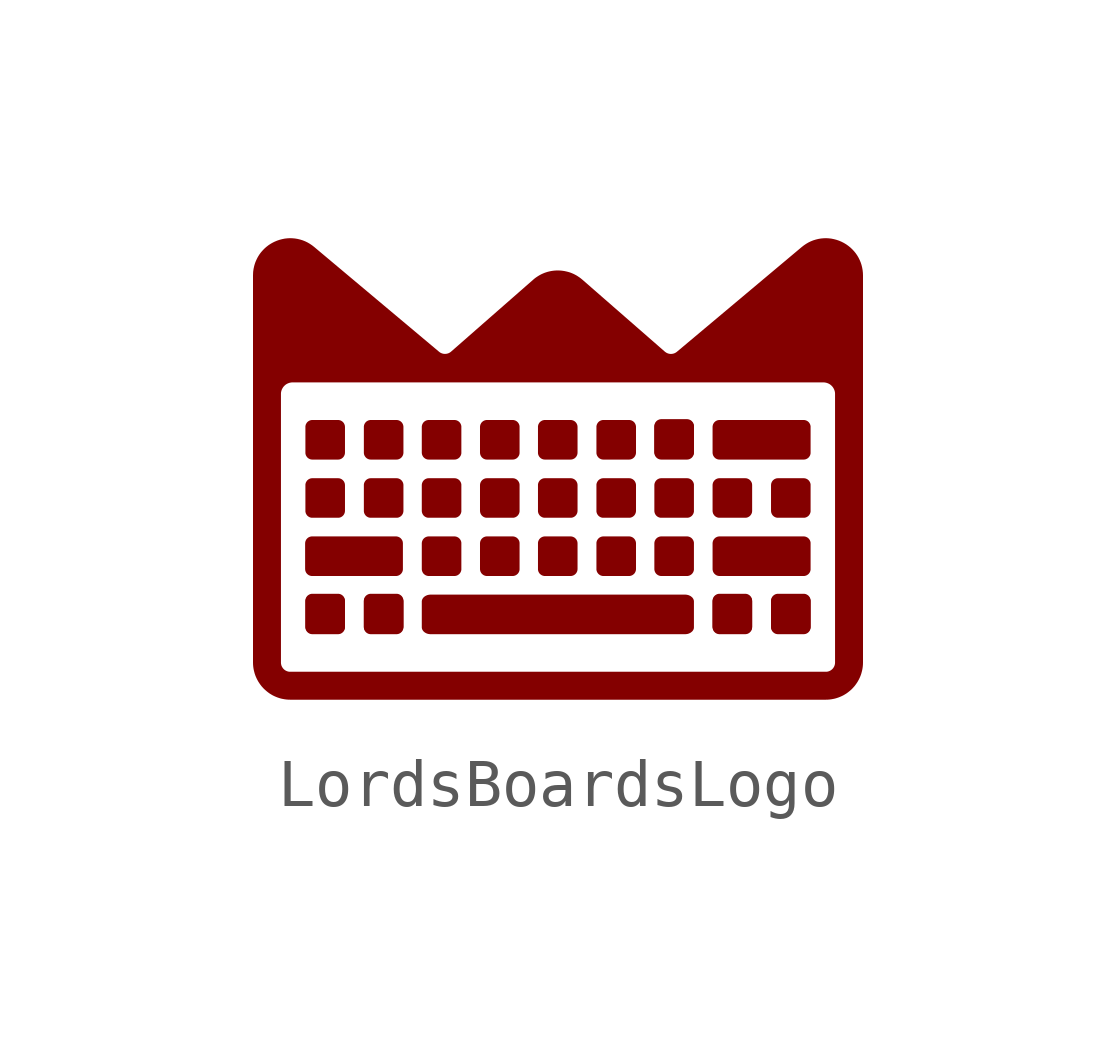
<source format=kicad_sym>
(kicad_symbol_lib
  (version 20241209)
  (generator "kicad_symbol_editor")
  (generator_version "9.0")
  (symbol "LordsBoardsLogo"
    (property "Reference" "#SYM"
      (at 0 0 0)
      (effects (font (size 1.27 1.27)) (hide yes)))
    (symbol "LordsBoardsLogo_1_0"
      (polyline (pts (xy -5.527 4.799) (xy -5.473 4.794) (xy -5.42 4.785) (xy -5.367 4.772) (xy -5.315 4.756) (xy -5.265 4.736) (xy -5.215 4.712) (xy -5.167 4.684) (xy -5.121 4.653) (xy -5.076 4.618) (xy -2.477 2.437) (xy -2.47 2.432) (xy -2.463 2.426) (xy -2.456 2.422) (xy -2.448 2.417) (xy -2.441 2.413) (xy -2.433 2.409) (xy -2.425 2.406) (xy -2.417 2.403) (xy -2.409 2.4) (xy -2.401 2.398) (xy -2.392 2.396) (xy -2.384 2.394) (xy -2.376 2.393) (xy -2.367 2.392) (xy -2.359 2.392) (xy -2.351 2.392) (xy -2.342 2.392) (xy -2.334 2.393) (xy -2.325 2.394) (xy -2.317 2.395) (xy -2.309 2.397) (xy -2.301 2.399) (xy -2.293 2.401) (xy -2.285 2.404) (xy -2.277 2.407) (xy -2.269 2.411) (xy -2.261 2.415) (xy -2.254 2.419) (xy -2.246 2.424) (xy -2.239 2.429) (xy -2.232 2.434) (xy -2.225 2.44) (xy -0.516 3.937) (xy -0.488 3.961) (xy -0.46 3.982) (xy -0.43 4.002) (xy -0.4 4.021) (xy -0.37 4.038) (xy -0.339 4.054) (xy -0.307 4.068) (xy -0.275 4.081) (xy -0.242 4.092) (xy -0.209 4.102) (xy -0.175 4.11) (xy -0.142 4.117) (xy -0.108 4.122) (xy -0.074 4.126) (xy -0.04 4.128) (xy -0.005 4.129) (xy 0.029 4.128) (xy 0.063 4.126) (xy 0.097 4.122) (xy 0.131 4.117) (xy 0.164 4.11) (xy 0.198 4.102) (xy 0.231 4.093) (xy 0.264 4.082) (xy 0.296 4.069) (xy 0.328 4.055) (xy 0.359 4.039) (xy 0.39 4.022) (xy 0.419 4.003) (xy 0.449 3.983) (xy 0.477 3.962) (xy 0.505 3.939) (xy 2.224 2.439) (xy 2.231 2.433) (xy 2.239 2.428) (xy 2.246 2.423) (xy 2.253 2.418) (xy 2.261 2.414) (xy 2.268 2.41) (xy 2.276 2.407) (xy 2.284 2.403) (xy 2.292 2.401) (xy 2.3 2.398) (xy 2.308 2.396) (xy 2.317 2.394) (xy 2.325 2.393) (xy 2.333 2.392) (xy 2.342 2.391) (xy 2.35 2.391) (xy 2.358 2.391) (xy 2.367 2.392) (xy 2.375 2.393) (xy 2.384 2.394) (xy 2.392 2.395) (xy 2.4 2.397) (xy 2.408 2.4) (xy 2.416 2.402) (xy 2.424 2.405) (xy 2.432 2.409) (xy 2.44 2.412) (xy 2.447 2.417) (xy 2.455 2.421) (xy 2.462 2.426) (xy 2.47 2.431) (xy 2.477 2.437) (xy 5.076 4.618) (xy 5.121 4.653) (xy 5.167 4.684) (xy 5.215 4.712) (xy 5.265 4.736) (xy 5.315 4.756) (xy 5.367 4.772) (xy 5.42 4.785) (xy 5.473 4.794) (xy 5.527 4.799) (xy 5.581 4.801) (xy 5.635 4.798) (xy 5.689 4.792) (xy 5.743 4.781) (xy 5.797 4.767) (xy 5.85 4.749) (xy 5.902 4.727) (xy 5.953 4.701) (xy 6.001 4.672) (xy 6.046 4.64) (xy 6.089 4.605) (xy 6.128 4.568) (xy 6.165 4.528) (xy 6.199 4.486) (xy 6.23 4.441) (xy 6.257 4.395) (xy 6.281 4.346) (xy 6.302 4.296) (xy 6.319 4.244) (xy 6.332 4.191) (xy 6.342 4.136) (xy 6.348 4.08) (xy 6.35 4.024) (xy 6.35 -4.033) (xy 6.349 -4.072) (xy 6.346 -4.112) (xy 6.341 -4.151) (xy 6.334 -4.189) (xy 6.325 -4.226) (xy 6.315 -4.263) (xy 6.303 -4.299) (xy 6.289 -4.334) (xy 6.273 -4.369) (xy 6.256 -4.402) (xy 6.238 -4.434) (xy 6.217 -4.466) (xy 6.196 -4.496) (xy 6.173 -4.526) (xy 6.148 -4.554) (xy 6.123 -4.581) (xy 6.096 -4.606) (xy 6.067 -4.631) (xy 6.038 -4.654) (xy 6.008 -4.676) (xy 5.976 -4.696) (xy 5.944 -4.715) (xy 5.91 -4.732) (xy 5.876 -4.747) (xy 5.841 -4.761) (xy 5.805 -4.773) (xy 5.768 -4.784) (xy 5.731 -4.792) (xy 5.692 -4.799) (xy 5.654 -4.804) (xy 5.614 -4.807) (xy 5.574 -4.808) (xy -5.574 -4.808) (xy -5.614 -4.807) (xy -5.654 -4.804) (xy -5.692 -4.799) (xy -5.731 -4.792) (xy -5.768 -4.784) (xy -5.805 -4.773) (xy -5.841 -4.761) (xy -5.876 -4.747) (xy -5.91 -4.732) (xy -5.944 -4.715) (xy -5.976 -4.696) (xy -6.008 -4.676) (xy -6.038 -4.654) (xy -6.067 -4.631) (xy -6.096 -4.606) (xy -6.123 -4.581) (xy -6.148 -4.554) (xy -6.173 -4.526) (xy -6.196 -4.496) (xy -6.217 -4.466) (xy -6.238 -4.434) (xy -6.256 -4.402) (xy -6.273 -4.369) (xy -6.289 -4.334) (xy -6.303 -4.299) (xy -6.315 -4.263) (xy -6.325 -4.226) (xy -6.334 -4.189) (xy -6.341 -4.151) (xy -6.346 -4.112) (xy -6.349 -4.072) (xy -6.35 -4.033) (xy -6.35 1.556) (xy -5.768 1.556) (xy -5.768 -4.033) (xy -5.768 -4.043) (xy -5.767 -4.053) (xy -5.766 -4.062) (xy -5.764 -4.072) (xy -5.762 -4.081) (xy -5.76 -4.09) (xy -5.757 -4.099) (xy -5.753 -4.108) (xy -5.749 -4.117) (xy -5.745 -4.125) (xy -5.74 -4.133) (xy -5.735 -4.141) (xy -5.73 -4.149) (xy -5.724 -4.156) (xy -5.718 -4.163) (xy -5.712 -4.17) (xy -5.705 -4.176) (xy -5.698 -4.182) (xy -5.691 -4.188) (xy -5.683 -4.193) (xy -5.675 -4.199) (xy -5.667 -4.203) (xy -5.659 -4.207) (xy -5.65 -4.211) (xy -5.641 -4.215) (xy -5.632 -4.218) (xy -5.623 -4.22) (xy -5.614 -4.223) (xy -5.604 -4.224) (xy -5.594 -4.226) (xy -5.584 -4.226) (xy -5.574 -4.226) (xy 5.574 -4.226) (xy 5.584 -4.226) (xy 5.594 -4.226) (xy 5.604 -4.224) (xy 5.614 -4.223) (xy 5.623 -4.22) (xy 5.632 -4.218) (xy 5.641 -4.215) (xy 5.65 -4.211) (xy 5.659 -4.207) (xy 5.667 -4.203) (xy 5.675 -4.199) (xy 5.683 -4.193) (xy 5.69 -4.188) (xy 5.698 -4.182) (xy 5.705 -4.176) (xy 5.712 -4.17) (xy 5.718 -4.163) (xy 5.724 -4.156) (xy 5.73 -4.149) (xy 5.735 -4.141) (xy 5.74 -4.133) (xy 5.745 -4.125) (xy 5.749 -4.117) (xy 5.753 -4.108) (xy 5.756 -4.099) (xy 5.76 -4.09) (xy 5.762 -4.081) (xy 5.764 -4.072) (xy 5.766 -4.062) (xy 5.767 -4.053) (xy 5.768 -4.043) (xy 5.768 -4.033) (xy 5.768 1.556) (xy 5.768 1.568) (xy 5.767 1.58) (xy 5.766 1.593) (xy 5.763 1.605) (xy 5.761 1.616) (xy 5.757 1.628) (xy 5.754 1.639) (xy 5.749 1.65) (xy 5.744 1.661) (xy 5.739 1.671) (xy 5.733 1.681) (xy 5.727 1.691) (xy 5.72 1.701) (xy 5.713 1.71) (xy 5.705 1.719) (xy 5.697 1.727) (xy 5.689 1.735) (xy 5.68 1.743) (xy 5.671 1.75) (xy 5.661 1.757) (xy 5.652 1.763) (xy 5.641 1.769) (xy 5.631 1.774) (xy 5.62 1.779) (xy 5.609 1.783) (xy 5.598 1.787) (xy 5.587 1.79) (xy 5.575 1.793) (xy 5.563 1.795) (xy 5.551 1.797) (xy 5.538 1.798) (xy 5.526 1.798) (xy -5.526 1.798) (xy -5.538 1.798) (xy -5.551 1.797) (xy -5.563 1.795) (xy -5.575 1.793) (xy -5.587 1.79) (xy -5.598 1.787) (xy -5.609 1.783) (xy -5.62 1.779) (xy -5.631 1.774) (xy -5.641 1.769) (xy -5.652 1.763) (xy -5.662 1.757) (xy -5.671 1.75) (xy -5.68 1.743) (xy -5.689 1.735) (xy -5.697 1.727) (xy -5.705 1.719) (xy -5.713 1.71) (xy -5.72 1.701) (xy -5.727 1.691) (xy -5.733 1.681) (xy -5.739 1.671) (xy -5.744 1.661) (xy -5.749 1.65) (xy -5.754 1.639) (xy -5.757 1.628) (xy -5.761 1.616) (xy -5.763 1.605) (xy -5.766 1.593) (xy -5.767 1.58) (xy -5.768 1.568) (xy -5.768 1.556) (xy -6.35 1.556) (xy -6.35 4.024) (xy -6.349 4.052) (xy -6.348 4.08) (xy -6.346 4.109) (xy -6.342 4.136) (xy -6.338 4.164) (xy -6.332 4.191) (xy -6.326 4.218) (xy -6.319 4.244) (xy -6.311 4.27) (xy -6.302 4.296) (xy -6.292 4.321) (xy -6.281 4.346) (xy -6.269 4.371) (xy -6.257 4.395) (xy -6.244 4.418) (xy -6.23 4.441) (xy -6.215 4.464) (xy -6.199 4.486) (xy -6.183 4.507) (xy -6.165 4.528) (xy -6.147 4.548) (xy -6.128 4.568) (xy -6.109 4.587) (xy -6.089 4.605) (xy -6.068 4.623) (xy -6.046 4.64) (xy -6.024 4.657) (xy -6.001 4.672) (xy -5.977 4.687) (xy -5.953 4.701) (xy -5.928 4.714) (xy -5.902 4.727) (xy -5.85 4.749) (xy -5.797 4.767) (xy -5.743 4.781) (xy -5.689 4.792) (xy -5.635 4.798) (xy -5.581 4.801) (xy -5.527 4.799)) (stroke (width -0.0001) (type solid)) (fill (type outline)))
      (polyline (pts (xy -4.573 1.015) (xy -4.566 1.015) (xy -4.559 1.014) (xy -4.551 1.012) (xy -4.544 1.011) (xy -4.537 1.009) (xy -4.531 1.007) (xy -4.524 1.004) (xy -4.518 1.001) (xy -4.511 0.998) (xy -4.505 0.994) (xy -4.5 0.991) (xy -4.494 0.987) (xy -4.488 0.982) (xy -4.483 0.978) (xy -4.478 0.973) (xy -4.473 0.968) (xy -4.469 0.963) (xy -4.464 0.957) (xy -4.46 0.951) (xy -4.456 0.946) (xy -4.453 0.939) (xy -4.45 0.933) (xy -4.447 0.927) (xy -4.444 0.92) (xy -4.442 0.913) (xy -4.44 0.906) (xy -4.438 0.899) (xy -4.437 0.892) (xy -4.436 0.885) (xy -4.436 0.878) (xy -4.435 0.87) (xy -4.435 0.337) (xy -4.436 0.329) (xy -4.436 0.322) (xy -4.437 0.315) (xy -4.438 0.308) (xy -4.44 0.3) (xy -4.442 0.294) (xy -4.444 0.287) (xy -4.447 0.28) (xy -4.45 0.274) (xy -4.453 0.268) (xy -4.456 0.262) (xy -4.46 0.256) (xy -4.464 0.25) (xy -4.469 0.244) (xy -4.473 0.239) (xy -4.478 0.234) (xy -4.483 0.229) (xy -4.488 0.225) (xy -4.494 0.22) (xy -4.5 0.216) (xy -4.505 0.212) (xy -4.511 0.209) (xy -4.518 0.206) (xy -4.524 0.203) (xy -4.531 0.2) (xy -4.537 0.198) (xy -4.544 0.196) (xy -4.551 0.194) (xy -4.559 0.193) (xy -4.566 0.192) (xy -4.573 0.192) (xy -4.581 0.191) (xy -5.114 0.191) (xy -5.121 0.192) (xy -5.129 0.192) (xy -5.136 0.193) (xy -5.143 0.194) (xy -5.15 0.196) (xy -5.157 0.198) (xy -5.164 0.2) (xy -5.17 0.203) (xy -5.177 0.206) (xy -5.183 0.209) (xy -5.189 0.212) (xy -5.195 0.216) (xy -5.201 0.22) (xy -5.206 0.225) (xy -5.212 0.229) (xy -5.217 0.234) (xy -5.222 0.239) (xy -5.226 0.244) (xy -5.231 0.25) (xy -5.234 0.256) (xy -5.238 0.262) (xy -5.242 0.268) (xy -5.245 0.274) (xy -5.248 0.28) (xy -5.251 0.287) (xy -5.253 0.294) (xy -5.255 0.3) (xy -5.256 0.308) (xy -5.258 0.315) (xy -5.259 0.322) (xy -5.259 0.329) (xy -5.259 0.337) (xy -5.259 0.87) (xy -5.259 0.878) (xy -5.259 0.885) (xy -5.258 0.892) (xy -5.256 0.899) (xy -5.255 0.906) (xy -5.253 0.913) (xy -5.251 0.92) (xy -5.248 0.927) (xy -5.245 0.933) (xy -5.242 0.939) (xy -5.238 0.946) (xy -5.234 0.951) (xy -5.231 0.957) (xy -5.226 0.963) (xy -5.222 0.968) (xy -5.217 0.973) (xy -5.212 0.978) (xy -5.206 0.982) (xy -5.201 0.987) (xy -5.195 0.991) (xy -5.189 0.994) (xy -5.183 0.998) (xy -5.177 1.001) (xy -5.17 1.004) (xy -5.164 1.007) (xy -5.157 1.009) (xy -5.15 1.011) (xy -5.143 1.012) (xy -5.136 1.014) (xy -5.129 1.015) (xy -5.121 1.015) (xy -5.114 1.016) (xy -4.581 1.016) (xy -4.573 1.015)) (stroke (width -0.0001) (type solid)) (fill (type outline)))
      (polyline (pts (xy -4.573 -0.197) (xy -4.566 -0.197) (xy -4.559 -0.198) (xy -4.551 -0.199) (xy -4.544 -0.201) (xy -4.537 -0.203) (xy -4.531 -0.205) (xy -4.524 -0.208) (xy -4.518 -0.211) (xy -4.511 -0.214) (xy -4.505 -0.217) (xy -4.5 -0.221) (xy -4.494 -0.225) (xy -4.488 -0.23) (xy -4.483 -0.234) (xy -4.478 -0.239) (xy -4.473 -0.244) (xy -4.469 -0.249) (xy -4.464 -0.255) (xy -4.46 -0.261) (xy -4.456 -0.266) (xy -4.453 -0.273) (xy -4.45 -0.279) (xy -4.447 -0.285) (xy -4.444 -0.292) (xy -4.442 -0.298) (xy -4.44 -0.305) (xy -4.438 -0.312) (xy -4.437 -0.32) (xy -4.436 -0.327) (xy -4.436 -0.334) (xy -4.435 -0.342) (xy -4.435 -0.875) (xy -4.436 -0.882) (xy -4.436 -0.89) (xy -4.437 -0.897) (xy -4.438 -0.904) (xy -4.44 -0.911) (xy -4.442 -0.918) (xy -4.444 -0.925) (xy -4.447 -0.932) (xy -4.45 -0.938) (xy -4.453 -0.944) (xy -4.456 -0.95) (xy -4.46 -0.956) (xy -4.464 -0.962) (xy -4.469 -0.968) (xy -4.473 -0.973) (xy -4.478 -0.978) (xy -4.483 -0.983) (xy -4.488 -0.987) (xy -4.494 -0.992) (xy -4.5 -0.996) (xy -4.505 -0.999) (xy -4.511 -1.003) (xy -4.518 -1.006) (xy -4.524 -1.009) (xy -4.531 -1.012) (xy -4.537 -1.014) (xy -4.544 -1.016) (xy -4.551 -1.017) (xy -4.559 -1.019) (xy -4.566 -1.02) (xy -4.573 -1.02) (xy -4.581 -1.02) (xy -5.114 -1.02) (xy -5.121 -1.02) (xy -5.129 -1.02) (xy -5.136 -1.019) (xy -5.143 -1.017) (xy -5.15 -1.016) (xy -5.157 -1.014) (xy -5.164 -1.012) (xy -5.17 -1.009) (xy -5.177 -1.006) (xy -5.183 -1.003) (xy -5.189 -0.999) (xy -5.195 -0.996) (xy -5.201 -0.992) (xy -5.206 -0.987) (xy -5.212 -0.983) (xy -5.217 -0.978) (xy -5.222 -0.973) (xy -5.226 -0.968) (xy -5.231 -0.962) (xy -5.234 -0.956) (xy -5.238 -0.95) (xy -5.242 -0.944) (xy -5.245 -0.938) (xy -5.248 -0.932) (xy -5.251 -0.925) (xy -5.253 -0.918) (xy -5.255 -0.911) (xy -5.256 -0.904) (xy -5.258 -0.897) (xy -5.259 -0.89) (xy -5.259 -0.882) (xy -5.259 -0.875) (xy -5.259 -0.342) (xy -5.259 -0.334) (xy -5.259 -0.327) (xy -5.258 -0.32) (xy -5.256 -0.312) (xy -5.255 -0.305) (xy -5.253 -0.298) (xy -5.251 -0.292) (xy -5.248 -0.285) (xy -5.245 -0.279) (xy -5.242 -0.273) (xy -5.238 -0.266) (xy -5.234 -0.261) (xy -5.231 -0.255) (xy -5.226 -0.249) (xy -5.222 -0.244) (xy -5.217 -0.239) (xy -5.212 -0.234) (xy -5.206 -0.23) (xy -5.201 -0.225) (xy -5.195 -0.221) (xy -5.189 -0.217) (xy -5.183 -0.214) (xy -5.177 -0.211) (xy -5.17 -0.208) (xy -5.164 -0.205) (xy -5.157 -0.203) (xy -5.15 -0.201) (xy -5.143 -0.199) (xy -5.136 -0.198) (xy -5.129 -0.197) (xy -5.121 -0.197) (xy -5.114 -0.196) (xy -4.581 -0.196) (xy -4.573 -0.197)) (stroke (width -0.0001) (type solid)) (fill (type outline)))
      (polyline (pts (xy -4.573 -2.603) (xy -4.566 -2.603) (xy -4.559 -2.604) (xy -4.551 -2.606) (xy -4.544 -2.607) (xy -4.537 -2.609) (xy -4.531 -2.611) (xy -4.524 -2.614) (xy -4.518 -2.617) (xy -4.511 -2.62) (xy -4.505 -2.624) (xy -4.5 -2.628) (xy -4.494 -2.632) (xy -4.488 -2.636) (xy -4.483 -2.64) (xy -4.478 -2.645) (xy -4.473 -2.65) (xy -4.469 -2.656) (xy -4.464 -2.661) (xy -4.46 -2.667) (xy -4.456 -2.673) (xy -4.453 -2.679) (xy -4.45 -2.685) (xy -4.447 -2.692) (xy -4.444 -2.698) (xy -4.442 -2.705) (xy -4.44 -2.712) (xy -4.438 -2.719) (xy -4.437 -2.726) (xy -4.436 -2.733) (xy -4.436 -2.741) (xy -4.435 -2.748) (xy -4.435 -3.281) (xy -4.436 -3.289) (xy -4.436 -3.296) (xy -4.437 -3.304) (xy -4.438 -3.311) (xy -4.44 -3.318) (xy -4.442 -3.325) (xy -4.444 -3.331) (xy -4.447 -3.338) (xy -4.45 -3.344) (xy -4.453 -3.351) (xy -4.456 -3.357) (xy -4.46 -3.363) (xy -4.464 -3.368) (xy -4.469 -3.374) (xy -4.473 -3.379) (xy -4.478 -3.384) (xy -4.483 -3.389) (xy -4.488 -3.393) (xy -4.494 -3.398) (xy -4.5 -3.402) (xy -4.505 -3.406) (xy -4.511 -3.409) (xy -4.518 -3.412) (xy -4.524 -3.415) (xy -4.531 -3.418) (xy -4.537 -3.42) (xy -4.544 -3.422) (xy -4.551 -3.424) (xy -4.559 -3.425) (xy -4.566 -3.426) (xy -4.573 -3.427) (xy -4.581 -3.427) (xy -5.114 -3.427) (xy -5.121 -3.427) (xy -5.129 -3.426) (xy -5.136 -3.425) (xy -5.143 -3.424) (xy -5.15 -3.422) (xy -5.157 -3.42) (xy -5.164 -3.418) (xy -5.17 -3.415) (xy -5.177 -3.412) (xy -5.183 -3.409) (xy -5.189 -3.406) (xy -5.195 -3.402) (xy -5.201 -3.398) (xy -5.206 -3.393) (xy -5.212 -3.389) (xy -5.217 -3.384) (xy -5.222 -3.379) (xy -5.226 -3.374) (xy -5.231 -3.368) (xy -5.234 -3.363) (xy -5.238 -3.357) (xy -5.242 -3.351) (xy -5.245 -3.344) (xy -5.248 -3.338) (xy -5.251 -3.331) (xy -5.253 -3.325) (xy -5.255 -3.318) (xy -5.256 -3.311) (xy -5.258 -3.304) (xy -5.259 -3.296) (xy -5.259 -3.289) (xy -5.259 -3.281) (xy -5.259 -2.748) (xy -5.259 -2.741) (xy -5.259 -2.733) (xy -5.258 -2.726) (xy -5.256 -2.719) (xy -5.255 -2.712) (xy -5.253 -2.705) (xy -5.251 -2.698) (xy -5.248 -2.692) (xy -5.245 -2.685) (xy -5.242 -2.679) (xy -5.238 -2.673) (xy -5.234 -2.667) (xy -5.231 -2.661) (xy -5.226 -2.656) (xy -5.222 -2.65) (xy -5.217 -2.645) (xy -5.212 -2.64) (xy -5.206 -2.636) (xy -5.201 -2.632) (xy -5.195 -2.628) (xy -5.189 -2.624) (xy -5.183 -2.62) (xy -5.177 -2.617) (xy -5.17 -2.614) (xy -5.164 -2.611) (xy -5.157 -2.609) (xy -5.15 -2.607) (xy -5.143 -2.606) (xy -5.136 -2.604) (xy -5.129 -2.603) (xy -5.121 -2.603) (xy -5.114 -2.603) (xy -4.581 -2.603) (xy -4.573 -2.603)) (stroke (width -0.0001) (type solid)) (fill (type outline)))
      (polyline (pts (xy -4.573 -2.62) (xy -4.566 -2.621) (xy -4.559 -2.622) (xy -4.551 -2.623) (xy -4.544 -2.625) (xy -4.537 -2.627) (xy -4.531 -2.629) (xy -4.524 -2.631) (xy -4.518 -2.634) (xy -4.511 -2.638) (xy -4.505 -2.641) (xy -4.5 -2.645) (xy -4.494 -2.649) (xy -4.488 -2.653) (xy -4.483 -2.658) (xy -4.478 -2.663) (xy -4.473 -2.668) (xy -4.469 -2.673) (xy -4.464 -2.678) (xy -4.46 -2.684) (xy -4.456 -2.69) (xy -4.453 -2.696) (xy -4.45 -2.702) (xy -4.447 -2.709) (xy -4.444 -2.716) (xy -4.442 -2.722) (xy -4.44 -2.729) (xy -4.438 -2.736) (xy -4.437 -2.743) (xy -4.436 -2.751) (xy -4.436 -2.758) (xy -4.435 -2.765) (xy -4.435 -3.299) (xy -4.436 -3.306) (xy -4.436 -3.313) (xy -4.437 -3.321) (xy -4.438 -3.328) (xy -4.44 -3.335) (xy -4.442 -3.342) (xy -4.444 -3.349) (xy -4.447 -3.355) (xy -4.45 -3.362) (xy -4.453 -3.368) (xy -4.456 -3.374) (xy -4.46 -3.38) (xy -4.464 -3.386) (xy -4.469 -3.391) (xy -4.473 -3.396) (xy -4.478 -3.401) (xy -4.483 -3.406) (xy -4.488 -3.411) (xy -4.494 -3.415) (xy -4.5 -3.419) (xy -4.505 -3.423) (xy -4.511 -3.426) (xy -4.518 -3.43) (xy -4.524 -3.433) (xy -4.531 -3.435) (xy -4.537 -3.438) (xy -4.544 -3.439) (xy -4.551 -3.441) (xy -4.559 -3.442) (xy -4.566 -3.443) (xy -4.573 -3.444) (xy -4.581 -3.444) (xy -5.114 -3.444) (xy -5.121 -3.444) (xy -5.129 -3.443) (xy -5.136 -3.442) (xy -5.143 -3.441) (xy -5.15 -3.439) (xy -5.157 -3.438) (xy -5.164 -3.435) (xy -5.17 -3.433) (xy -5.177 -3.43) (xy -5.183 -3.426) (xy -5.189 -3.423) (xy -5.195 -3.419) (xy -5.201 -3.415) (xy -5.206 -3.411) (xy -5.212 -3.406) (xy -5.217 -3.401) (xy -5.222 -3.396) (xy -5.226 -3.391) (xy -5.231 -3.386) (xy -5.234 -3.38) (xy -5.238 -3.374) (xy -5.242 -3.368) (xy -5.245 -3.362) (xy -5.248 -3.355) (xy -5.251 -3.349) (xy -5.253 -3.342) (xy -5.255 -3.335) (xy -5.256 -3.328) (xy -5.258 -3.321) (xy -5.259 -3.313) (xy -5.259 -3.306) (xy -5.259 -3.299) (xy -5.259 -2.765) (xy -5.259 -2.758) (xy -5.259 -2.751) (xy -5.258 -2.743) (xy -5.256 -2.736) (xy -5.255 -2.729) (xy -5.253 -2.722) (xy -5.251 -2.716) (xy -5.248 -2.709) (xy -5.245 -2.702) (xy -5.242 -2.696) (xy -5.238 -2.69) (xy -5.234 -2.684) (xy -5.231 -2.678) (xy -5.226 -2.673) (xy -5.222 -2.668) (xy -5.217 -2.663) (xy -5.212 -2.658) (xy -5.206 -2.653) (xy -5.201 -2.649) (xy -5.195 -2.645) (xy -5.189 -2.641) (xy -5.183 -2.638) (xy -5.177 -2.634) (xy -5.17 -2.631) (xy -5.164 -2.629) (xy -5.157 -2.627) (xy -5.15 -2.625) (xy -5.143 -2.623) (xy -5.136 -2.622) (xy -5.129 -2.621) (xy -5.121 -2.62) (xy -5.114 -2.62) (xy -4.581 -2.62) (xy -4.573 -2.62)) (stroke (width -0.0001) (type solid)) (fill (type outline)))
      (polyline (pts (xy -3.367 -1.408) (xy -3.359 -1.409) (xy -3.352 -1.41) (xy -3.345 -1.411) (xy -3.338 -1.413) (xy -3.331 -1.415) (xy -3.324 -1.417) (xy -3.318 -1.42) (xy -3.311 -1.423) (xy -3.305 -1.426) (xy -3.299 -1.429) (xy -3.293 -1.433) (xy -3.287 -1.437) (xy -3.282 -1.441) (xy -3.276 -1.446) (xy -3.271 -1.451) (xy -3.267 -1.456) (xy -3.262 -1.461) (xy -3.258 -1.467) (xy -3.254 -1.472) (xy -3.25 -1.478) (xy -3.246 -1.484) (xy -3.243 -1.491) (xy -3.24 -1.497) (xy -3.238 -1.504) (xy -3.235 -1.51) (xy -3.233 -1.517) (xy -3.232 -1.524) (xy -3.231 -1.532) (xy -3.23 -1.539) (xy -3.229 -1.546) (xy -3.229 -1.554) (xy -3.229 -2.087) (xy -3.229 -2.094) (xy -3.23 -2.102) (xy -3.231 -2.109) (xy -3.232 -2.116) (xy -3.233 -2.123) (xy -3.235 -2.13) (xy -3.238 -2.137) (xy -3.24 -2.143) (xy -3.243 -2.15) (xy -3.246 -2.156) (xy -3.25 -2.162) (xy -3.254 -2.168) (xy -3.258 -2.174) (xy -3.262 -2.179) (xy -3.267 -2.185) (xy -3.271 -2.19) (xy -3.276 -2.194) (xy -3.282 -2.199) (xy -3.287 -2.203) (xy -3.293 -2.207) (xy -3.299 -2.211) (xy -3.305 -2.215) (xy -3.311 -2.218) (xy -3.318 -2.221) (xy -3.324 -2.223) (xy -3.331 -2.226) (xy -3.338 -2.228) (xy -3.345 -2.229) (xy -3.352 -2.231) (xy -3.359 -2.232) (xy -3.367 -2.232) (xy -3.374 -2.232) (xy -3.455 -2.232) (xy -3.908 -2.232) (xy -4.586 -2.232) (xy -5.023 -2.232) (xy -5.119 -2.232) (xy -5.127 -2.232) (xy -5.134 -2.232) (xy -5.141 -2.231) (xy -5.149 -2.229) (xy -5.156 -2.228) (xy -5.162 -2.226) (xy -5.169 -2.223) (xy -5.176 -2.221) (xy -5.182 -2.218) (xy -5.189 -2.215) (xy -5.195 -2.211) (xy -5.201 -2.207) (xy -5.206 -2.203) (xy -5.212 -2.199) (xy -5.217 -2.194) (xy -5.222 -2.19) (xy -5.227 -2.185) (xy -5.231 -2.179) (xy -5.236 -2.174) (xy -5.24 -2.168) (xy -5.244 -2.162) (xy -5.247 -2.156) (xy -5.25 -2.15) (xy -5.253 -2.143) (xy -5.256 -2.137) (xy -5.258 -2.13) (xy -5.26 -2.123) (xy -5.262 -2.116) (xy -5.263 -2.109) (xy -5.264 -2.102) (xy -5.264 -2.094) (xy -5.265 -2.087) (xy -5.265 -1.554) (xy -5.264 -1.546) (xy -5.264 -1.539) (xy -5.263 -1.532) (xy -5.262 -1.524) (xy -5.26 -1.517) (xy -5.258 -1.51) (xy -5.256 -1.504) (xy -5.253 -1.497) (xy -5.25 -1.491) (xy -5.247 -1.484) (xy -5.244 -1.478) (xy -5.24 -1.472) (xy -5.236 -1.467) (xy -5.231 -1.461) (xy -5.227 -1.456) (xy -5.222 -1.451) (xy -5.217 -1.446) (xy -5.212 -1.441) (xy -5.206 -1.437) (xy -5.201 -1.433) (xy -5.195 -1.429) (xy -5.189 -1.426) (xy -5.182 -1.423) (xy -5.176 -1.42) (xy -5.169 -1.417) (xy -5.162 -1.415) (xy -5.156 -1.413) (xy -5.149 -1.411) (xy -5.141 -1.41) (xy -5.134 -1.409) (xy -5.127 -1.408) (xy -5.119 -1.408) (xy -5.023 -1.408) (xy -4.586 -1.408) (xy -3.908 -1.408) (xy -3.455 -1.408) (xy -3.374 -1.408) (xy -3.367 -1.408)) (stroke (width -0.0001) (type solid)) (fill (type outline)))
      (polyline (pts (xy -3.356 1.015) (xy -3.349 1.015) (xy -3.341 1.014) (xy -3.334 1.012) (xy -3.327 1.011) (xy -3.32 1.009) (xy -3.314 1.007) (xy -3.307 1.004) (xy -3.301 1.001) (xy -3.294 0.998) (xy -3.288 0.994) (xy -3.282 0.991) (xy -3.277 0.987) (xy -3.271 0.982) (xy -3.266 0.978) (xy -3.261 0.973) (xy -3.256 0.968) (xy -3.251 0.963) (xy -3.247 0.957) (xy -3.243 0.951) (xy -3.239 0.946) (xy -3.236 0.939) (xy -3.232 0.933) (xy -3.23 0.927) (xy -3.227 0.92) (xy -3.225 0.913) (xy -3.223 0.906) (xy -3.221 0.899) (xy -3.22 0.892) (xy -3.219 0.885) (xy -3.218 0.878) (xy -3.218 0.87) (xy -3.218 0.337) (xy -3.218 0.329) (xy -3.219 0.322) (xy -3.22 0.315) (xy -3.221 0.308) (xy -3.223 0.3) (xy -3.225 0.294) (xy -3.227 0.287) (xy -3.23 0.28) (xy -3.232 0.274) (xy -3.236 0.268) (xy -3.239 0.262) (xy -3.243 0.256) (xy -3.247 0.25) (xy -3.251 0.244) (xy -3.256 0.239) (xy -3.261 0.234) (xy -3.266 0.229) (xy -3.271 0.225) (xy -3.277 0.22) (xy -3.282 0.216) (xy -3.288 0.212) (xy -3.294 0.209) (xy -3.301 0.206) (xy -3.307 0.203) (xy -3.314 0.2) (xy -3.32 0.198) (xy -3.327 0.196) (xy -3.334 0.194) (xy -3.341 0.193) (xy -3.349 0.192) (xy -3.356 0.192) (xy -3.364 0.191) (xy -3.897 0.191) (xy -3.904 0.192) (xy -3.912 0.192) (xy -3.919 0.193) (xy -3.926 0.194) (xy -3.933 0.196) (xy -3.94 0.198) (xy -3.947 0.2) (xy -3.953 0.203) (xy -3.96 0.206) (xy -3.966 0.209) (xy -3.972 0.212) (xy -3.978 0.216) (xy -3.984 0.22) (xy -3.989 0.225) (xy -3.995 0.229) (xy -4 0.234) (xy -4.004 0.239) (xy -4.009 0.244) (xy -4.013 0.25) (xy -4.017 0.256) (xy -4.021 0.262) (xy -4.025 0.268) (xy -4.028 0.274) (xy -4.031 0.28) (xy -4.033 0.287) (xy -4.036 0.294) (xy -4.038 0.3) (xy -4.039 0.308) (xy -4.04 0.315) (xy -4.042 0.322) (xy -4.042 0.329) (xy -4.042 0.337) (xy -4.042 0.87) (xy -4.042 0.878) (xy -4.042 0.885) (xy -4.04 0.892) (xy -4.039 0.899) (xy -4.038 0.906) (xy -4.036 0.913) (xy -4.033 0.92) (xy -4.031 0.927) (xy -4.028 0.933) (xy -4.025 0.939) (xy -4.021 0.946) (xy -4.017 0.951) (xy -4.013 0.957) (xy -4.009 0.963) (xy -4.004 0.968) (xy -4 0.973) (xy -3.995 0.978) (xy -3.989 0.982) (xy -3.984 0.987) (xy -3.978 0.991) (xy -3.972 0.994) (xy -3.966 0.998) (xy -3.96 1.001) (xy -3.953 1.004) (xy -3.947 1.007) (xy -3.94 1.009) (xy -3.933 1.011) (xy -3.926 1.012) (xy -3.919 1.014) (xy -3.912 1.015) (xy -3.904 1.015) (xy -3.897 1.016) (xy -3.364 1.016) (xy -3.356 1.015)) (stroke (width -0.0001) (type solid)) (fill (type outline)))
      (polyline (pts (xy -3.356 -0.197) (xy -3.349 -0.197) (xy -3.341 -0.198) (xy -3.334 -0.199) (xy -3.327 -0.201) (xy -3.32 -0.203) (xy -3.314 -0.205) (xy -3.307 -0.208) (xy -3.301 -0.211) (xy -3.294 -0.214) (xy -3.288 -0.217) (xy -3.282 -0.221) (xy -3.277 -0.225) (xy -3.271 -0.23) (xy -3.266 -0.234) (xy -3.261 -0.239) (xy -3.256 -0.244) (xy -3.251 -0.249) (xy -3.247 -0.255) (xy -3.243 -0.261) (xy -3.239 -0.266) (xy -3.236 -0.273) (xy -3.232 -0.279) (xy -3.23 -0.285) (xy -3.227 -0.292) (xy -3.225 -0.298) (xy -3.223 -0.305) (xy -3.221 -0.312) (xy -3.22 -0.32) (xy -3.219 -0.327) (xy -3.218 -0.334) (xy -3.218 -0.342) (xy -3.218 -0.875) (xy -3.218 -0.882) (xy -3.219 -0.89) (xy -3.22 -0.897) (xy -3.221 -0.904) (xy -3.223 -0.911) (xy -3.225 -0.918) (xy -3.227 -0.925) (xy -3.23 -0.932) (xy -3.232 -0.938) (xy -3.236 -0.944) (xy -3.239 -0.95) (xy -3.243 -0.956) (xy -3.247 -0.962) (xy -3.251 -0.968) (xy -3.256 -0.973) (xy -3.261 -0.978) (xy -3.266 -0.983) (xy -3.271 -0.987) (xy -3.277 -0.992) (xy -3.282 -0.996) (xy -3.288 -0.999) (xy -3.294 -1.003) (xy -3.301 -1.006) (xy -3.307 -1.009) (xy -3.314 -1.012) (xy -3.32 -1.014) (xy -3.327 -1.016) (xy -3.334 -1.017) (xy -3.341 -1.019) (xy -3.349 -1.02) (xy -3.356 -1.02) (xy -3.364 -1.02) (xy -3.897 -1.02) (xy -3.904 -1.02) (xy -3.912 -1.02) (xy -3.919 -1.019) (xy -3.926 -1.017) (xy -3.933 -1.016) (xy -3.94 -1.014) (xy -3.947 -1.012) (xy -3.953 -1.009) (xy -3.96 -1.006) (xy -3.966 -1.003) (xy -3.972 -0.999) (xy -3.978 -0.996) (xy -3.984 -0.992) (xy -3.989 -0.987) (xy -3.995 -0.983) (xy -4 -0.978) (xy -4.004 -0.973) (xy -4.009 -0.968) (xy -4.013 -0.962) (xy -4.017 -0.956) (xy -4.021 -0.95) (xy -4.025 -0.944) (xy -4.028 -0.938) (xy -4.031 -0.932) (xy -4.033 -0.925) (xy -4.036 -0.918) (xy -4.038 -0.911) (xy -4.039 -0.904) (xy -4.04 -0.897) (xy -4.042 -0.89) (xy -4.042 -0.882) (xy -4.042 -0.875) (xy -4.042 -0.342) (xy -4.042 -0.334) (xy -4.042 -0.327) (xy -4.04 -0.32) (xy -4.039 -0.312) (xy -4.038 -0.305) (xy -4.036 -0.298) (xy -4.033 -0.292) (xy -4.031 -0.285) (xy -4.028 -0.279) (xy -4.025 -0.273) (xy -4.021 -0.266) (xy -4.017 -0.261) (xy -4.013 -0.255) (xy -4.009 -0.249) (xy -4.004 -0.244) (xy -4 -0.239) (xy -3.995 -0.234) (xy -3.989 -0.23) (xy -3.984 -0.225) (xy -3.978 -0.221) (xy -3.972 -0.217) (xy -3.966 -0.214) (xy -3.96 -0.211) (xy -3.953 -0.208) (xy -3.947 -0.205) (xy -3.94 -0.203) (xy -3.933 -0.201) (xy -3.926 -0.199) (xy -3.919 -0.198) (xy -3.912 -0.197) (xy -3.904 -0.197) (xy -3.897 -0.196) (xy -3.364 -0.196) (xy -3.356 -0.197)) (stroke (width -0.0001) (type solid)) (fill (type outline)))
      (polyline (pts (xy -3.356 -2.603) (xy -3.349 -2.603) (xy -3.341 -2.604) (xy -3.334 -2.606) (xy -3.327 -2.607) (xy -3.32 -2.609) (xy -3.314 -2.611) (xy -3.307 -2.614) (xy -3.301 -2.617) (xy -3.294 -2.62) (xy -3.288 -2.624) (xy -3.282 -2.628) (xy -3.277 -2.632) (xy -3.271 -2.636) (xy -3.266 -2.64) (xy -3.261 -2.645) (xy -3.256 -2.65) (xy -3.251 -2.656) (xy -3.247 -2.661) (xy -3.243 -2.667) (xy -3.239 -2.673) (xy -3.236 -2.679) (xy -3.232 -2.685) (xy -3.23 -2.692) (xy -3.227 -2.698) (xy -3.225 -2.705) (xy -3.223 -2.712) (xy -3.221 -2.719) (xy -3.22 -2.726) (xy -3.219 -2.733) (xy -3.218 -2.741) (xy -3.218 -2.748) (xy -3.218 -3.281) (xy -3.218 -3.289) (xy -3.219 -3.296) (xy -3.22 -3.304) (xy -3.221 -3.311) (xy -3.223 -3.318) (xy -3.225 -3.325) (xy -3.227 -3.331) (xy -3.23 -3.338) (xy -3.232 -3.344) (xy -3.236 -3.351) (xy -3.239 -3.357) (xy -3.243 -3.363) (xy -3.247 -3.368) (xy -3.251 -3.374) (xy -3.256 -3.379) (xy -3.261 -3.384) (xy -3.266 -3.389) (xy -3.271 -3.393) (xy -3.277 -3.398) (xy -3.282 -3.402) (xy -3.288 -3.406) (xy -3.294 -3.409) (xy -3.301 -3.412) (xy -3.307 -3.415) (xy -3.314 -3.418) (xy -3.32 -3.42) (xy -3.327 -3.422) (xy -3.334 -3.424) (xy -3.341 -3.425) (xy -3.349 -3.426) (xy -3.356 -3.427) (xy -3.364 -3.427) (xy -3.897 -3.427) (xy -3.904 -3.427) (xy -3.912 -3.426) (xy -3.919 -3.425) (xy -3.926 -3.424) (xy -3.933 -3.422) (xy -3.94 -3.42) (xy -3.947 -3.418) (xy -3.953 -3.415) (xy -3.96 -3.412) (xy -3.966 -3.409) (xy -3.972 -3.406) (xy -3.978 -3.402) (xy -3.984 -3.398) (xy -3.989 -3.393) (xy -3.995 -3.389) (xy -4 -3.384) (xy -4.004 -3.379) (xy -4.009 -3.374) (xy -4.013 -3.368) (xy -4.017 -3.363) (xy -4.021 -3.357) (xy -4.025 -3.351) (xy -4.028 -3.344) (xy -4.031 -3.338) (xy -4.033 -3.331) (xy -4.036 -3.325) (xy -4.038 -3.318) (xy -4.039 -3.311) (xy -4.04 -3.304) (xy -4.042 -3.296) (xy -4.042 -3.289) (xy -4.042 -3.281) (xy -4.042 -2.748) (xy -4.042 -2.741) (xy -4.042 -2.733) (xy -4.04 -2.726) (xy -4.039 -2.719) (xy -4.038 -2.712) (xy -4.036 -2.705) (xy -4.033 -2.698) (xy -4.031 -2.692) (xy -4.028 -2.685) (xy -4.025 -2.679) (xy -4.021 -2.673) (xy -4.017 -2.667) (xy -4.013 -2.661) (xy -4.009 -2.656) (xy -4.004 -2.65) (xy -4 -2.645) (xy -3.995 -2.64) (xy -3.989 -2.636) (xy -3.984 -2.632) (xy -3.978 -2.628) (xy -3.972 -2.624) (xy -3.966 -2.62) (xy -3.96 -2.617) (xy -3.953 -2.614) (xy -3.947 -2.611) (xy -3.94 -2.609) (xy -3.933 -2.607) (xy -3.926 -2.606) (xy -3.919 -2.604) (xy -3.912 -2.603) (xy -3.904 -2.603) (xy -3.897 -2.603) (xy -3.364 -2.603) (xy -3.356 -2.603)) (stroke (width -0.0001) (type solid)) (fill (type outline)))
      (polyline (pts (xy -3.356 -2.62) (xy -3.349 -2.621) (xy -3.341 -2.622) (xy -3.334 -2.623) (xy -3.327 -2.625) (xy -3.32 -2.627) (xy -3.314 -2.629) (xy -3.307 -2.631) (xy -3.301 -2.634) (xy -3.294 -2.638) (xy -3.288 -2.641) (xy -3.282 -2.645) (xy -3.277 -2.649) (xy -3.271 -2.653) (xy -3.266 -2.658) (xy -3.261 -2.663) (xy -3.256 -2.668) (xy -3.251 -2.673) (xy -3.247 -2.678) (xy -3.243 -2.684) (xy -3.239 -2.69) (xy -3.236 -2.696) (xy -3.232 -2.702) (xy -3.23 -2.709) (xy -3.227 -2.716) (xy -3.225 -2.722) (xy -3.223 -2.729) (xy -3.221 -2.736) (xy -3.22 -2.743) (xy -3.219 -2.751) (xy -3.218 -2.758) (xy -3.218 -2.765) (xy -3.218 -3.299) (xy -3.218 -3.306) (xy -3.219 -3.313) (xy -3.22 -3.321) (xy -3.221 -3.328) (xy -3.223 -3.335) (xy -3.225 -3.342) (xy -3.227 -3.349) (xy -3.23 -3.355) (xy -3.232 -3.362) (xy -3.236 -3.368) (xy -3.239 -3.374) (xy -3.243 -3.38) (xy -3.247 -3.386) (xy -3.251 -3.391) (xy -3.256 -3.396) (xy -3.261 -3.401) (xy -3.266 -3.406) (xy -3.271 -3.411) (xy -3.277 -3.415) (xy -3.282 -3.419) (xy -3.288 -3.423) (xy -3.294 -3.426) (xy -3.301 -3.43) (xy -3.307 -3.433) (xy -3.314 -3.435) (xy -3.32 -3.438) (xy -3.327 -3.439) (xy -3.334 -3.441) (xy -3.341 -3.442) (xy -3.349 -3.443) (xy -3.356 -3.444) (xy -3.364 -3.444) (xy -3.897 -3.444) (xy -3.904 -3.444) (xy -3.912 -3.443) (xy -3.919 -3.442) (xy -3.926 -3.441) (xy -3.933 -3.439) (xy -3.94 -3.438) (xy -3.947 -3.435) (xy -3.953 -3.433) (xy -3.96 -3.43) (xy -3.966 -3.426) (xy -3.972 -3.423) (xy -3.978 -3.419) (xy -3.984 -3.415) (xy -3.989 -3.411) (xy -3.995 -3.406) (xy -4 -3.401) (xy -4.004 -3.396) (xy -4.009 -3.391) (xy -4.013 -3.386) (xy -4.017 -3.38) (xy -4.021 -3.374) (xy -4.025 -3.368) (xy -4.028 -3.362) (xy -4.031 -3.355) (xy -4.033 -3.349) (xy -4.036 -3.342) (xy -4.038 -3.335) (xy -4.039 -3.328) (xy -4.04 -3.321) (xy -4.042 -3.313) (xy -4.042 -3.306) (xy -4.042 -3.299) (xy -4.042 -2.765) (xy -4.042 -2.758) (xy -4.042 -2.751) (xy -4.04 -2.743) (xy -4.039 -2.736) (xy -4.038 -2.729) (xy -4.036 -2.722) (xy -4.033 -2.716) (xy -4.031 -2.709) (xy -4.028 -2.702) (xy -4.025 -2.696) (xy -4.021 -2.69) (xy -4.017 -2.684) (xy -4.013 -2.678) (xy -4.009 -2.673) (xy -4.004 -2.668) (xy -4 -2.663) (xy -3.995 -2.658) (xy -3.989 -2.653) (xy -3.984 -2.649) (xy -3.978 -2.645) (xy -3.972 -2.641) (xy -3.966 -2.638) (xy -3.96 -2.634) (xy -3.953 -2.631) (xy -3.947 -2.629) (xy -3.94 -2.627) (xy -3.933 -2.625) (xy -3.926 -2.623) (xy -3.919 -2.622) (xy -3.912 -2.621) (xy -3.904 -2.62) (xy -3.897 -2.62) (xy -3.364 -2.62) (xy -3.356 -2.62)) (stroke (width -0.0001) (type solid)) (fill (type outline)))
      (polyline (pts (xy -2.15 1.015) (xy -2.142 1.015) (xy -2.135 1.014) (xy -2.128 1.012) (xy -2.121 1.011) (xy -2.114 1.009) (xy -2.107 1.007) (xy -2.1 1.004) (xy -2.094 1.001) (xy -2.088 0.998) (xy -2.082 0.994) (xy -2.076 0.991) (xy -2.07 0.987) (xy -2.065 0.982) (xy -2.059 0.978) (xy -2.054 0.973) (xy -2.05 0.968) (xy -2.045 0.963) (xy -2.041 0.957) (xy -2.037 0.951) (xy -2.033 0.946) (xy -2.029 0.939) (xy -2.026 0.933) (xy -2.023 0.927) (xy -2.021 0.92) (xy -2.018 0.913) (xy -2.016 0.906) (xy -2.015 0.899) (xy -2.013 0.892) (xy -2.012 0.885) (xy -2.012 0.878) (xy -2.012 0.87) (xy -2.012 0.337) (xy -2.012 0.329) (xy -2.012 0.322) (xy -2.013 0.315) (xy -2.015 0.308) (xy -2.016 0.3) (xy -2.018 0.294) (xy -2.021 0.287) (xy -2.023 0.28) (xy -2.026 0.274) (xy -2.029 0.268) (xy -2.033 0.262) (xy -2.037 0.256) (xy -2.041 0.25) (xy -2.045 0.244) (xy -2.05 0.239) (xy -2.054 0.234) (xy -2.059 0.229) (xy -2.065 0.225) (xy -2.07 0.22) (xy -2.076 0.216) (xy -2.082 0.212) (xy -2.088 0.209) (xy -2.094 0.206) (xy -2.1 0.203) (xy -2.107 0.2) (xy -2.114 0.198) (xy -2.121 0.196) (xy -2.128 0.194) (xy -2.135 0.193) (xy -2.142 0.192) (xy -2.15 0.192) (xy -2.157 0.191) (xy -2.69 0.191) (xy -2.698 0.192) (xy -2.705 0.192) (xy -2.712 0.193) (xy -2.72 0.194) (xy -2.727 0.196) (xy -2.733 0.198) (xy -2.74 0.2) (xy -2.747 0.203) (xy -2.753 0.206) (xy -2.76 0.209) (xy -2.766 0.212) (xy -2.772 0.216) (xy -2.777 0.22) (xy -2.783 0.225) (xy -2.788 0.229) (xy -2.793 0.234) (xy -2.798 0.239) (xy -2.803 0.244) (xy -2.807 0.25) (xy -2.811 0.256) (xy -2.815 0.262) (xy -2.818 0.268) (xy -2.821 0.274) (xy -2.824 0.28) (xy -2.827 0.287) (xy -2.829 0.294) (xy -2.831 0.3) (xy -2.833 0.308) (xy -2.834 0.315) (xy -2.835 0.322) (xy -2.836 0.329) (xy -2.836 0.337) (xy -2.836 0.87) (xy -2.836 0.878) (xy -2.835 0.885) (xy -2.834 0.892) (xy -2.833 0.899) (xy -2.831 0.906) (xy -2.829 0.913) (xy -2.827 0.92) (xy -2.824 0.927) (xy -2.821 0.933) (xy -2.818 0.939) (xy -2.815 0.946) (xy -2.811 0.951) (xy -2.807 0.957) (xy -2.803 0.963) (xy -2.798 0.968) (xy -2.793 0.973) (xy -2.788 0.978) (xy -2.783 0.982) (xy -2.777 0.987) (xy -2.772 0.991) (xy -2.766 0.994) (xy -2.76 0.998) (xy -2.753 1.001) (xy -2.747 1.004) (xy -2.74 1.007) (xy -2.733 1.009) (xy -2.727 1.011) (xy -2.72 1.012) (xy -2.712 1.014) (xy -2.705 1.015) (xy -2.698 1.015) (xy -2.69 1.016) (xy -2.157 1.016) (xy -2.15 1.015)) (stroke (width -0.0001) (type solid)) (fill (type outline)))
      (polyline (pts (xy -2.15 -0.197) (xy -2.142 -0.197) (xy -2.135 -0.198) (xy -2.128 -0.199) (xy -2.121 -0.201) (xy -2.114 -0.203) (xy -2.107 -0.205) (xy -2.1 -0.208) (xy -2.094 -0.211) (xy -2.088 -0.214) (xy -2.082 -0.217) (xy -2.076 -0.221) (xy -2.07 -0.225) (xy -2.065 -0.23) (xy -2.059 -0.234) (xy -2.054 -0.239) (xy -2.05 -0.244) (xy -2.045 -0.249) (xy -2.041 -0.255) (xy -2.037 -0.261) (xy -2.033 -0.266) (xy -2.029 -0.273) (xy -2.026 -0.279) (xy -2.023 -0.285) (xy -2.021 -0.292) (xy -2.018 -0.298) (xy -2.016 -0.305) (xy -2.015 -0.312) (xy -2.013 -0.32) (xy -2.012 -0.327) (xy -2.012 -0.334) (xy -2.012 -0.342) (xy -2.012 -0.875) (xy -2.012 -0.882) (xy -2.012 -0.89) (xy -2.013 -0.897) (xy -2.015 -0.904) (xy -2.016 -0.911) (xy -2.018 -0.918) (xy -2.021 -0.925) (xy -2.023 -0.932) (xy -2.026 -0.938) (xy -2.029 -0.944) (xy -2.033 -0.95) (xy -2.037 -0.956) (xy -2.041 -0.962) (xy -2.045 -0.968) (xy -2.05 -0.973) (xy -2.054 -0.978) (xy -2.059 -0.983) (xy -2.065 -0.987) (xy -2.07 -0.992) (xy -2.076 -0.996) (xy -2.082 -0.999) (xy -2.088 -1.003) (xy -2.094 -1.006) (xy -2.1 -1.009) (xy -2.107 -1.012) (xy -2.114 -1.014) (xy -2.121 -1.016) (xy -2.128 -1.017) (xy -2.135 -1.019) (xy -2.142 -1.02) (xy -2.15 -1.02) (xy -2.157 -1.02) (xy -2.69 -1.02) (xy -2.698 -1.02) (xy -2.705 -1.02) (xy -2.712 -1.019) (xy -2.72 -1.017) (xy -2.727 -1.016) (xy -2.733 -1.014) (xy -2.74 -1.012) (xy -2.747 -1.009) (xy -2.753 -1.006) (xy -2.76 -1.003) (xy -2.766 -0.999) (xy -2.772 -0.996) (xy -2.777 -0.992) (xy -2.783 -0.987) (xy -2.788 -0.983) (xy -2.793 -0.978) (xy -2.798 -0.973) (xy -2.803 -0.968) (xy -2.807 -0.962) (xy -2.811 -0.956) (xy -2.815 -0.95) (xy -2.818 -0.944) (xy -2.821 -0.938) (xy -2.824 -0.932) (xy -2.827 -0.925) (xy -2.829 -0.918) (xy -2.831 -0.911) (xy -2.833 -0.904) (xy -2.834 -0.897) (xy -2.835 -0.89) (xy -2.836 -0.882) (xy -2.836 -0.875) (xy -2.836 -0.342) (xy -2.836 -0.334) (xy -2.835 -0.327) (xy -2.834 -0.32) (xy -2.833 -0.312) (xy -2.831 -0.305) (xy -2.829 -0.298) (xy -2.827 -0.292) (xy -2.824 -0.285) (xy -2.821 -0.279) (xy -2.818 -0.273) (xy -2.815 -0.266) (xy -2.811 -0.261) (xy -2.807 -0.255) (xy -2.803 -0.249) (xy -2.798 -0.244) (xy -2.793 -0.239) (xy -2.788 -0.234) (xy -2.783 -0.23) (xy -2.777 -0.225) (xy -2.772 -0.221) (xy -2.766 -0.217) (xy -2.76 -0.214) (xy -2.753 -0.211) (xy -2.747 -0.208) (xy -2.74 -0.205) (xy -2.733 -0.203) (xy -2.727 -0.201) (xy -2.72 -0.199) (xy -2.712 -0.198) (xy -2.705 -0.197) (xy -2.698 -0.197) (xy -2.69 -0.196) (xy -2.157 -0.196) (xy -2.15 -0.197)) (stroke (width -0.0001) (type solid)) (fill (type outline)))
      (polyline (pts (xy -2.15 -1.408) (xy -2.142 -1.409) (xy -2.135 -1.41) (xy -2.128 -1.411) (xy -2.121 -1.413) (xy -2.114 -1.415) (xy -2.107 -1.417) (xy -2.1 -1.42) (xy -2.094 -1.423) (xy -2.088 -1.426) (xy -2.082 -1.429) (xy -2.076 -1.433) (xy -2.07 -1.437) (xy -2.065 -1.441) (xy -2.059 -1.446) (xy -2.054 -1.451) (xy -2.05 -1.456) (xy -2.045 -1.461) (xy -2.041 -1.467) (xy -2.037 -1.472) (xy -2.033 -1.478) (xy -2.029 -1.484) (xy -2.026 -1.491) (xy -2.023 -1.497) (xy -2.021 -1.504) (xy -2.018 -1.51) (xy -2.016 -1.517) (xy -2.015 -1.524) (xy -2.013 -1.532) (xy -2.012 -1.539) (xy -2.012 -1.546) (xy -2.012 -1.554) (xy -2.012 -2.087) (xy -2.012 -2.094) (xy -2.012 -2.102) (xy -2.013 -2.109) (xy -2.015 -2.116) (xy -2.016 -2.123) (xy -2.018 -2.13) (xy -2.021 -2.137) (xy -2.023 -2.143) (xy -2.026 -2.15) (xy -2.029 -2.156) (xy -2.033 -2.162) (xy -2.037 -2.168) (xy -2.041 -2.174) (xy -2.045 -2.179) (xy -2.05 -2.185) (xy -2.054 -2.19) (xy -2.059 -2.194) (xy -2.065 -2.199) (xy -2.07 -2.203) (xy -2.076 -2.207) (xy -2.082 -2.211) (xy -2.088 -2.215) (xy -2.094 -2.218) (xy -2.1 -2.221) (xy -2.107 -2.223) (xy -2.114 -2.226) (xy -2.121 -2.228) (xy -2.128 -2.229) (xy -2.135 -2.231) (xy -2.142 -2.232) (xy -2.15 -2.232) (xy -2.157 -2.232) (xy -2.69 -2.232) (xy -2.698 -2.232) (xy -2.705 -2.232) (xy -2.712 -2.231) (xy -2.72 -2.229) (xy -2.727 -2.228) (xy -2.733 -2.226) (xy -2.74 -2.223) (xy -2.747 -2.221) (xy -2.753 -2.218) (xy -2.76 -2.215) (xy -2.766 -2.211) (xy -2.772 -2.207) (xy -2.777 -2.203) (xy -2.783 -2.199) (xy -2.788 -2.194) (xy -2.793 -2.19) (xy -2.798 -2.185) (xy -2.803 -2.179) (xy -2.807 -2.174) (xy -2.811 -2.168) (xy -2.815 -2.162) (xy -2.818 -2.156) (xy -2.821 -2.15) (xy -2.824 -2.143) (xy -2.827 -2.137) (xy -2.829 -2.13) (xy -2.831 -2.123) (xy -2.833 -2.116) (xy -2.834 -2.109) (xy -2.835 -2.102) (xy -2.836 -2.094) (xy -2.836 -2.087) (xy -2.836 -1.554) (xy -2.836 -1.546) (xy -2.835 -1.539) (xy -2.834 -1.532) (xy -2.833 -1.524) (xy -2.831 -1.517) (xy -2.829 -1.51) (xy -2.827 -1.504) (xy -2.824 -1.497) (xy -2.821 -1.491) (xy -2.818 -1.484) (xy -2.815 -1.478) (xy -2.811 -1.472) (xy -2.807 -1.467) (xy -2.803 -1.461) (xy -2.798 -1.456) (xy -2.793 -1.451) (xy -2.788 -1.446) (xy -2.783 -1.441) (xy -2.777 -1.437) (xy -2.772 -1.433) (xy -2.766 -1.429) (xy -2.76 -1.426) (xy -2.753 -1.423) (xy -2.747 -1.42) (xy -2.74 -1.417) (xy -2.733 -1.415) (xy -2.727 -1.413) (xy -2.72 -1.411) (xy -2.712 -1.41) (xy -2.705 -1.409) (xy -2.698 -1.408) (xy -2.69 -1.408) (xy -2.157 -1.408) (xy -2.15 -1.408)) (stroke (width -0.0001) (type solid)) (fill (type outline)))
      (polyline (pts (xy -0.938 1.015) (xy -0.93 1.015) (xy -0.923 1.014) (xy -0.916 1.012) (xy -0.909 1.011) (xy -0.902 1.009) (xy -0.895 1.007) (xy -0.889 1.004) (xy -0.882 1.001) (xy -0.876 0.998) (xy -0.87 0.994) (xy -0.864 0.991) (xy -0.858 0.987) (xy -0.853 0.982) (xy -0.848 0.978) (xy -0.842 0.973) (xy -0.838 0.968) (xy -0.833 0.963) (xy -0.829 0.957) (xy -0.825 0.951) (xy -0.821 0.946) (xy -0.817 0.939) (xy -0.814 0.933) (xy -0.811 0.927) (xy -0.809 0.92) (xy -0.806 0.913) (xy -0.804 0.906) (xy -0.803 0.899) (xy -0.801 0.892) (xy -0.801 0.885) (xy -0.8 0.878) (xy -0.8 0.87) (xy -0.8 0.337) (xy -0.8 0.329) (xy -0.801 0.322) (xy -0.801 0.315) (xy -0.803 0.308) (xy -0.804 0.3) (xy -0.806 0.294) (xy -0.809 0.287) (xy -0.811 0.28) (xy -0.814 0.274) (xy -0.817 0.268) (xy -0.821 0.262) (xy -0.825 0.256) (xy -0.829 0.25) (xy -0.833 0.244) (xy -0.838 0.239) (xy -0.842 0.234) (xy -0.848 0.229) (xy -0.853 0.225) (xy -0.858 0.22) (xy -0.864 0.216) (xy -0.87 0.212) (xy -0.876 0.209) (xy -0.882 0.206) (xy -0.889 0.203) (xy -0.895 0.2) (xy -0.902 0.198) (xy -0.909 0.196) (xy -0.916 0.194) (xy -0.923 0.193) (xy -0.93 0.192) (xy -0.938 0.192) (xy -0.945 0.191) (xy -1.478 0.191) (xy -1.486 0.192) (xy -1.493 0.192) (xy -1.501 0.193) (xy -1.508 0.194) (xy -1.515 0.196) (xy -1.522 0.198) (xy -1.528 0.2) (xy -1.535 0.203) (xy -1.542 0.206) (xy -1.548 0.209) (xy -1.554 0.212) (xy -1.56 0.216) (xy -1.565 0.22) (xy -1.571 0.225) (xy -1.576 0.229) (xy -1.581 0.234) (xy -1.586 0.239) (xy -1.591 0.244) (xy -1.595 0.25) (xy -1.599 0.256) (xy -1.603 0.262) (xy -1.606 0.268) (xy -1.609 0.274) (xy -1.613 0.28) (xy -1.615 0.287) (xy -1.617 0.294) (xy -1.619 0.3) (xy -1.621 0.308) (xy -1.622 0.315) (xy -1.623 0.322) (xy -1.624 0.329) (xy -1.624 0.337) (xy -1.624 0.87) (xy -1.624 0.878) (xy -1.623 0.885) (xy -1.622 0.892) (xy -1.621 0.899) (xy -1.619 0.906) (xy -1.617 0.913) (xy -1.615 0.92) (xy -1.613 0.927) (xy -1.609 0.933) (xy -1.606 0.939) (xy -1.603 0.946) (xy -1.599 0.951) (xy -1.595 0.957) (xy -1.591 0.963) (xy -1.586 0.968) (xy -1.581 0.973) (xy -1.576 0.978) (xy -1.571 0.982) (xy -1.565 0.987) (xy -1.56 0.991) (xy -1.554 0.994) (xy -1.548 0.998) (xy -1.542 1.001) (xy -1.535 1.004) (xy -1.528 1.007) (xy -1.522 1.009) (xy -1.515 1.011) (xy -1.508 1.012) (xy -1.501 1.014) (xy -1.493 1.015) (xy -1.486 1.015) (xy -1.478 1.016) (xy -0.945 1.016) (xy -0.938 1.015)) (stroke (width -0.0001) (type solid)) (fill (type outline)))
      (polyline (pts (xy -0.938 -0.197) (xy -0.93 -0.197) (xy -0.923 -0.198) (xy -0.916 -0.199) (xy -0.909 -0.201) (xy -0.902 -0.203) (xy -0.895 -0.205) (xy -0.889 -0.208) (xy -0.882 -0.211) (xy -0.876 -0.214) (xy -0.87 -0.217) (xy -0.864 -0.221) (xy -0.858 -0.225) (xy -0.853 -0.23) (xy -0.848 -0.234) (xy -0.842 -0.239) (xy -0.838 -0.244) (xy -0.833 -0.249) (xy -0.829 -0.255) (xy -0.825 -0.261) (xy -0.821 -0.266) (xy -0.817 -0.273) (xy -0.814 -0.279) (xy -0.811 -0.285) (xy -0.809 -0.292) (xy -0.806 -0.298) (xy -0.804 -0.305) (xy -0.803 -0.312) (xy -0.801 -0.32) (xy -0.801 -0.327) (xy -0.8 -0.334) (xy -0.8 -0.342) (xy -0.8 -0.875) (xy -0.8 -0.882) (xy -0.801 -0.89) (xy -0.801 -0.897) (xy -0.803 -0.904) (xy -0.804 -0.911) (xy -0.806 -0.918) (xy -0.809 -0.925) (xy -0.811 -0.932) (xy -0.814 -0.938) (xy -0.817 -0.944) (xy -0.821 -0.95) (xy -0.825 -0.956) (xy -0.829 -0.962) (xy -0.833 -0.968) (xy -0.838 -0.973) (xy -0.842 -0.978) (xy -0.848 -0.983) (xy -0.853 -0.987) (xy -0.858 -0.992) (xy -0.864 -0.996) (xy -0.87 -0.999) (xy -0.876 -1.003) (xy -0.882 -1.006) (xy -0.889 -1.009) (xy -0.895 -1.012) (xy -0.902 -1.014) (xy -0.909 -1.016) (xy -0.916 -1.017) (xy -0.923 -1.019) (xy -0.93 -1.02) (xy -0.938 -1.02) (xy -0.945 -1.02) (xy -1.478 -1.02) (xy -1.486 -1.02) (xy -1.493 -1.02) (xy -1.501 -1.019) (xy -1.508 -1.017) (xy -1.515 -1.016) (xy -1.522 -1.014) (xy -1.528 -1.012) (xy -1.535 -1.009) (xy -1.542 -1.006) (xy -1.548 -1.003) (xy -1.554 -0.999) (xy -1.56 -0.996) (xy -1.565 -0.992) (xy -1.571 -0.987) (xy -1.576 -0.983) (xy -1.581 -0.978) (xy -1.586 -0.973) (xy -1.591 -0.968) (xy -1.595 -0.962) (xy -1.599 -0.956) (xy -1.603 -0.95) (xy -1.606 -0.944) (xy -1.609 -0.938) (xy -1.613 -0.932) (xy -1.615 -0.925) (xy -1.617 -0.918) (xy -1.619 -0.911) (xy -1.621 -0.904) (xy -1.622 -0.897) (xy -1.623 -0.89) (xy -1.624 -0.882) (xy -1.624 -0.875) (xy -1.624 -0.342) (xy -1.624 -0.334) (xy -1.623 -0.327) (xy -1.622 -0.32) (xy -1.621 -0.312) (xy -1.619 -0.305) (xy -1.617 -0.298) (xy -1.615 -0.292) (xy -1.613 -0.285) (xy -1.609 -0.279) (xy -1.606 -0.273) (xy -1.603 -0.266) (xy -1.599 -0.261) (xy -1.595 -0.255) (xy -1.591 -0.249) (xy -1.586 -0.244) (xy -1.581 -0.239) (xy -1.576 -0.234) (xy -1.571 -0.23) (xy -1.565 -0.225) (xy -1.56 -0.221) (xy -1.554 -0.217) (xy -1.548 -0.214) (xy -1.542 -0.211) (xy -1.535 -0.208) (xy -1.528 -0.205) (xy -1.522 -0.203) (xy -1.515 -0.201) (xy -1.508 -0.199) (xy -1.501 -0.198) (xy -1.493 -0.197) (xy -1.486 -0.197) (xy -1.478 -0.196) (xy -0.945 -0.196) (xy -0.938 -0.197)) (stroke (width -0.0001) (type solid)) (fill (type outline)))
      (polyline (pts (xy -0.938 -1.408) (xy -0.93 -1.409) (xy -0.923 -1.41) (xy -0.916 -1.411) (xy -0.909 -1.413) (xy -0.902 -1.415) (xy -0.895 -1.417) (xy -0.889 -1.42) (xy -0.882 -1.423) (xy -0.876 -1.426) (xy -0.87 -1.429) (xy -0.864 -1.433) (xy -0.858 -1.437) (xy -0.853 -1.441) (xy -0.848 -1.446) (xy -0.842 -1.451) (xy -0.838 -1.456) (xy -0.833 -1.461) (xy -0.829 -1.467) (xy -0.825 -1.472) (xy -0.821 -1.478) (xy -0.817 -1.484) (xy -0.814 -1.491) (xy -0.811 -1.497) (xy -0.809 -1.504) (xy -0.806 -1.51) (xy -0.804 -1.517) (xy -0.803 -1.524) (xy -0.801 -1.532) (xy -0.801 -1.539) (xy -0.8 -1.546) (xy -0.8 -1.554) (xy -0.8 -2.087) (xy -0.8 -2.094) (xy -0.801 -2.102) (xy -0.801 -2.109) (xy -0.803 -2.116) (xy -0.804 -2.123) (xy -0.806 -2.13) (xy -0.809 -2.137) (xy -0.811 -2.143) (xy -0.814 -2.15) (xy -0.817 -2.156) (xy -0.821 -2.162) (xy -0.825 -2.168) (xy -0.829 -2.174) (xy -0.833 -2.179) (xy -0.838 -2.185) (xy -0.842 -2.19) (xy -0.848 -2.194) (xy -0.853 -2.199) (xy -0.858 -2.203) (xy -0.864 -2.207) (xy -0.87 -2.211) (xy -0.876 -2.215) (xy -0.882 -2.218) (xy -0.889 -2.221) (xy -0.895 -2.223) (xy -0.902 -2.226) (xy -0.909 -2.228) (xy -0.916 -2.229) (xy -0.923 -2.231) (xy -0.93 -2.232) (xy -0.938 -2.232) (xy -0.945 -2.232) (xy -1.478 -2.232) (xy -1.486 -2.232) (xy -1.493 -2.232) (xy -1.501 -2.231) (xy -1.508 -2.229) (xy -1.515 -2.228) (xy -1.522 -2.226) (xy -1.528 -2.223) (xy -1.535 -2.221) (xy -1.542 -2.218) (xy -1.548 -2.215) (xy -1.554 -2.211) (xy -1.56 -2.207) (xy -1.565 -2.203) (xy -1.571 -2.199) (xy -1.576 -2.194) (xy -1.581 -2.19) (xy -1.586 -2.185) (xy -1.591 -2.179) (xy -1.595 -2.174) (xy -1.599 -2.168) (xy -1.603 -2.162) (xy -1.606 -2.156) (xy -1.609 -2.15) (xy -1.613 -2.143) (xy -1.615 -2.137) (xy -1.617 -2.13) (xy -1.619 -2.123) (xy -1.621 -2.116) (xy -1.622 -2.109) (xy -1.623 -2.102) (xy -1.624 -2.094) (xy -1.624 -2.087) (xy -1.624 -1.554) (xy -1.624 -1.546) (xy -1.623 -1.539) (xy -1.622 -1.532) (xy -1.621 -1.524) (xy -1.619 -1.517) (xy -1.617 -1.51) (xy -1.615 -1.504) (xy -1.613 -1.497) (xy -1.609 -1.491) (xy -1.606 -1.484) (xy -1.603 -1.478) (xy -1.599 -1.472) (xy -1.595 -1.467) (xy -1.591 -1.461) (xy -1.586 -1.456) (xy -1.581 -1.451) (xy -1.576 -1.446) (xy -1.571 -1.441) (xy -1.565 -1.437) (xy -1.56 -1.433) (xy -1.554 -1.429) (xy -1.548 -1.426) (xy -1.542 -1.423) (xy -1.535 -1.42) (xy -1.528 -1.417) (xy -1.522 -1.415) (xy -1.515 -1.413) (xy -1.508 -1.411) (xy -1.501 -1.41) (xy -1.493 -1.409) (xy -1.486 -1.408) (xy -1.478 -1.408) (xy -0.945 -1.408) (xy -0.938 -1.408)) (stroke (width -0.0001) (type solid)) (fill (type outline)))
      (polyline (pts (xy 0.269 1.015) (xy 0.276 1.015) (xy 0.283 1.014) (xy 0.29 1.012) (xy 0.298 1.011) (xy 0.304 1.009) (xy 0.311 1.007) (xy 0.318 1.004) (xy 0.324 1.001) (xy 0.331 0.998) (xy 0.337 0.994) (xy 0.343 0.991) (xy 0.348 0.987) (xy 0.354 0.982) (xy 0.359 0.978) (xy 0.364 0.973) (xy 0.369 0.968) (xy 0.373 0.963) (xy 0.378 0.957) (xy 0.382 0.951) (xy 0.386 0.946) (xy 0.389 0.939) (xy 0.392 0.933) (xy 0.395 0.927) (xy 0.398 0.92) (xy 0.4 0.913) (xy 0.402 0.906) (xy 0.404 0.899) (xy 0.405 0.892) (xy 0.406 0.885) (xy 0.406 0.878) (xy 0.407 0.87) (xy 0.407 0.337) (xy 0.406 0.329) (xy 0.406 0.322) (xy 0.405 0.315) (xy 0.404 0.308) (xy 0.402 0.3) (xy 0.4 0.294) (xy 0.398 0.287) (xy 0.395 0.28) (xy 0.392 0.274) (xy 0.389 0.268) (xy 0.386 0.262) (xy 0.382 0.256) (xy 0.378 0.25) (xy 0.373 0.244) (xy 0.369 0.239) (xy 0.364 0.234) (xy 0.359 0.229) (xy 0.354 0.225) (xy 0.348 0.22) (xy 0.343 0.216) (xy 0.337 0.212) (xy 0.331 0.209) (xy 0.324 0.206) (xy 0.318 0.203) (xy 0.311 0.2) (xy 0.304 0.198) (xy 0.298 0.196) (xy 0.29 0.194) (xy 0.283 0.193) (xy 0.276 0.192) (xy 0.269 0.192) (xy 0.261 0.191) (xy -0.272 0.191) (xy -0.279 0.192) (xy -0.287 0.192) (xy -0.294 0.193) (xy -0.301 0.194) (xy -0.308 0.196) (xy -0.315 0.198) (xy -0.322 0.2) (xy -0.329 0.203) (xy -0.335 0.206) (xy -0.341 0.209) (xy -0.347 0.212) (xy -0.353 0.216) (xy -0.359 0.22) (xy -0.364 0.225) (xy -0.37 0.229) (xy -0.375 0.234) (xy -0.38 0.239) (xy -0.384 0.244) (xy -0.389 0.25) (xy -0.393 0.256) (xy -0.396 0.262) (xy -0.4 0.268) (xy -0.403 0.274) (xy -0.406 0.28) (xy -0.409 0.287) (xy -0.411 0.294) (xy -0.413 0.3) (xy -0.414 0.308) (xy -0.416 0.315) (xy -0.417 0.322) (xy -0.417 0.329) (xy -0.417 0.337) (xy -0.417 0.87) (xy -0.417 0.878) (xy -0.417 0.885) (xy -0.416 0.892) (xy -0.414 0.899) (xy -0.413 0.906) (xy -0.411 0.913) (xy -0.409 0.92) (xy -0.406 0.927) (xy -0.403 0.933) (xy -0.4 0.939) (xy -0.396 0.946) (xy -0.393 0.951) (xy -0.389 0.957) (xy -0.384 0.963) (xy -0.38 0.968) (xy -0.375 0.973) (xy -0.37 0.978) (xy -0.364 0.982) (xy -0.359 0.987) (xy -0.353 0.991) (xy -0.347 0.994) (xy -0.341 0.998) (xy -0.335 1.001) (xy -0.329 1.004) (xy -0.322 1.007) (xy -0.315 1.009) (xy -0.308 1.011) (xy -0.301 1.012) (xy -0.294 1.014) (xy -0.287 1.015) (xy -0.279 1.015) (xy -0.272 1.016) (xy 0.261 1.016) (xy 0.269 1.015)) (stroke (width -0.0001) (type solid)) (fill (type outline)))
      (polyline (pts (xy 0.269 -0.197) (xy 0.276 -0.197) (xy 0.283 -0.198) (xy 0.29 -0.199) (xy 0.298 -0.201) (xy 0.304 -0.203) (xy 0.311 -0.205) (xy 0.318 -0.208) (xy 0.324 -0.211) (xy 0.331 -0.214) (xy 0.337 -0.217) (xy 0.343 -0.221) (xy 0.348 -0.225) (xy 0.354 -0.23) (xy 0.359 -0.234) (xy 0.364 -0.239) (xy 0.369 -0.244) (xy 0.373 -0.249) (xy 0.378 -0.255) (xy 0.382 -0.261) (xy 0.386 -0.266) (xy 0.389 -0.273) (xy 0.392 -0.279) (xy 0.395 -0.285) (xy 0.398 -0.292) (xy 0.4 -0.298) (xy 0.402 -0.305) (xy 0.404 -0.312) (xy 0.405 -0.32) (xy 0.406 -0.327) (xy 0.406 -0.334) (xy 0.407 -0.342) (xy 0.407 -0.875) (xy 0.406 -0.882) (xy 0.406 -0.89) (xy 0.405 -0.897) (xy 0.404 -0.904) (xy 0.402 -0.911) (xy 0.4 -0.918) (xy 0.398 -0.925) (xy 0.395 -0.932) (xy 0.392 -0.938) (xy 0.389 -0.944) (xy 0.386 -0.95) (xy 0.382 -0.956) (xy 0.378 -0.962) (xy 0.373 -0.968) (xy 0.369 -0.973) (xy 0.364 -0.978) (xy 0.359 -0.983) (xy 0.354 -0.987) (xy 0.348 -0.992) (xy 0.343 -0.996) (xy 0.337 -0.999) (xy 0.331 -1.003) (xy 0.324 -1.006) (xy 0.318 -1.009) (xy 0.311 -1.012) (xy 0.304 -1.014) (xy 0.298 -1.016) (xy 0.29 -1.017) (xy 0.283 -1.019) (xy 0.276 -1.02) (xy 0.269 -1.02) (xy 0.261 -1.02) (xy -0.272 -1.02) (xy -0.279 -1.02) (xy -0.287 -1.02) (xy -0.294 -1.019) (xy -0.301 -1.017) (xy -0.308 -1.016) (xy -0.315 -1.014) (xy -0.322 -1.012) (xy -0.329 -1.009) (xy -0.335 -1.006) (xy -0.341 -1.003) (xy -0.347 -0.999) (xy -0.353 -0.996) (xy -0.359 -0.992) (xy -0.364 -0.987) (xy -0.37 -0.983) (xy -0.375 -0.978) (xy -0.38 -0.973) (xy -0.384 -0.968) (xy -0.389 -0.962) (xy -0.393 -0.956) (xy -0.396 -0.95) (xy -0.4 -0.944) (xy -0.403 -0.938) (xy -0.406 -0.932) (xy -0.409 -0.925) (xy -0.411 -0.918) (xy -0.413 -0.911) (xy -0.414 -0.904) (xy -0.416 -0.897) (xy -0.417 -0.89) (xy -0.417 -0.882) (xy -0.417 -0.875) (xy -0.417 -0.342) (xy -0.417 -0.334) (xy -0.417 -0.327) (xy -0.416 -0.32) (xy -0.414 -0.312) (xy -0.413 -0.305) (xy -0.411 -0.298) (xy -0.409 -0.292) (xy -0.406 -0.285) (xy -0.403 -0.279) (xy -0.4 -0.273) (xy -0.396 -0.266) (xy -0.393 -0.261) (xy -0.389 -0.255) (xy -0.384 -0.249) (xy -0.38 -0.244) (xy -0.375 -0.239) (xy -0.37 -0.234) (xy -0.364 -0.23) (xy -0.359 -0.225) (xy -0.353 -0.221) (xy -0.347 -0.217) (xy -0.341 -0.214) (xy -0.335 -0.211) (xy -0.329 -0.208) (xy -0.322 -0.205) (xy -0.315 -0.203) (xy -0.308 -0.201) (xy -0.301 -0.199) (xy -0.294 -0.198) (xy -0.287 -0.197) (xy -0.279 -0.197) (xy -0.272 -0.196) (xy 0.261 -0.196) (xy 0.269 -0.197)) (stroke (width -0.0001) (type solid)) (fill (type outline)))
      (polyline (pts (xy 0.269 -1.408) (xy 0.276 -1.409) (xy 0.283 -1.41) (xy 0.29 -1.411) (xy 0.298 -1.413) (xy 0.304 -1.415) (xy 0.311 -1.417) (xy 0.318 -1.42) (xy 0.324 -1.423) (xy 0.331 -1.426) (xy 0.337 -1.429) (xy 0.343 -1.433) (xy 0.348 -1.437) (xy 0.354 -1.441) (xy 0.359 -1.446) (xy 0.364 -1.451) (xy 0.369 -1.456) (xy 0.373 -1.461) (xy 0.378 -1.467) (xy 0.382 -1.472) (xy 0.386 -1.478) (xy 0.389 -1.484) (xy 0.392 -1.491) (xy 0.395 -1.497) (xy 0.398 -1.504) (xy 0.4 -1.51) (xy 0.402 -1.517) (xy 0.404 -1.524) (xy 0.405 -1.532) (xy 0.406 -1.539) (xy 0.406 -1.546) (xy 0.407 -1.554) (xy 0.407 -2.087) (xy 0.406 -2.094) (xy 0.406 -2.102) (xy 0.405 -2.109) (xy 0.404 -2.116) (xy 0.402 -2.123) (xy 0.4 -2.13) (xy 0.398 -2.137) (xy 0.395 -2.143) (xy 0.392 -2.15) (xy 0.389 -2.156) (xy 0.386 -2.162) (xy 0.382 -2.168) (xy 0.378 -2.174) (xy 0.373 -2.179) (xy 0.369 -2.185) (xy 0.364 -2.19) (xy 0.359 -2.194) (xy 0.354 -2.199) (xy 0.348 -2.203) (xy 0.343 -2.207) (xy 0.337 -2.211) (xy 0.331 -2.215) (xy 0.324 -2.218) (xy 0.318 -2.221) (xy 0.311 -2.223) (xy 0.304 -2.226) (xy 0.298 -2.228) (xy 0.29 -2.229) (xy 0.283 -2.231) (xy 0.276 -2.232) (xy 0.269 -2.232) (xy 0.261 -2.232) (xy -0.272 -2.232) (xy -0.279 -2.232) (xy -0.287 -2.232) (xy -0.294 -2.231) (xy -0.301 -2.229) (xy -0.308 -2.228) (xy -0.315 -2.226) (xy -0.322 -2.223) (xy -0.329 -2.221) (xy -0.335 -2.218) (xy -0.341 -2.215) (xy -0.347 -2.211) (xy -0.353 -2.207) (xy -0.359 -2.203) (xy -0.364 -2.199) (xy -0.37 -2.194) (xy -0.375 -2.19) (xy -0.38 -2.185) (xy -0.384 -2.179) (xy -0.389 -2.174) (xy -0.393 -2.168) (xy -0.396 -2.162) (xy -0.4 -2.156) (xy -0.403 -2.15) (xy -0.406 -2.143) (xy -0.409 -2.137) (xy -0.411 -2.13) (xy -0.413 -2.123) (xy -0.414 -2.116) (xy -0.416 -2.109) (xy -0.417 -2.102) (xy -0.417 -2.094) (xy -0.417 -2.087) (xy -0.417 -1.554) (xy -0.417 -1.546) (xy -0.417 -1.539) (xy -0.416 -1.532) (xy -0.414 -1.524) (xy -0.413 -1.517) (xy -0.411 -1.51) (xy -0.409 -1.504) (xy -0.406 -1.497) (xy -0.403 -1.491) (xy -0.4 -1.484) (xy -0.396 -1.478) (xy -0.393 -1.472) (xy -0.389 -1.467) (xy -0.384 -1.461) (xy -0.38 -1.456) (xy -0.375 -1.451) (xy -0.37 -1.446) (xy -0.364 -1.441) (xy -0.359 -1.437) (xy -0.353 -1.433) (xy -0.347 -1.429) (xy -0.341 -1.426) (xy -0.335 -1.423) (xy -0.329 -1.42) (xy -0.322 -1.417) (xy -0.315 -1.415) (xy -0.308 -1.413) (xy -0.301 -1.411) (xy -0.294 -1.41) (xy -0.287 -1.409) (xy -0.279 -1.408) (xy -0.272 -1.408) (xy 0.261 -1.408) (xy 0.269 -1.408)) (stroke (width -0.0001) (type solid)) (fill (type outline)))
      (polyline (pts (xy 1.486 1.015) (xy 1.493 1.015) (xy 1.5 1.014) (xy 1.508 1.012) (xy 1.515 1.011) (xy 1.522 1.009) (xy 1.528 1.007) (xy 1.535 1.004) (xy 1.541 1.001) (xy 1.548 0.998) (xy 1.554 0.994) (xy 1.56 0.991) (xy 1.565 0.987) (xy 1.571 0.982) (xy 1.576 0.978) (xy 1.581 0.973) (xy 1.586 0.968) (xy 1.591 0.963) (xy 1.595 0.957) (xy 1.599 0.951) (xy 1.603 0.946) (xy 1.606 0.939) (xy 1.609 0.933) (xy 1.612 0.927) (xy 1.615 0.92) (xy 1.617 0.913) (xy 1.619 0.906) (xy 1.621 0.899) (xy 1.622 0.892) (xy 1.623 0.885) (xy 1.624 0.878) (xy 1.624 0.87) (xy 1.624 0.337) (xy 1.624 0.329) (xy 1.623 0.322) (xy 1.622 0.315) (xy 1.621 0.308) (xy 1.619 0.3) (xy 1.617 0.294) (xy 1.615 0.287) (xy 1.612 0.28) (xy 1.609 0.274) (xy 1.606 0.268) (xy 1.603 0.262) (xy 1.599 0.256) (xy 1.595 0.25) (xy 1.591 0.244) (xy 1.586 0.239) (xy 1.581 0.234) (xy 1.576 0.229) (xy 1.571 0.225) (xy 1.565 0.22) (xy 1.56 0.216) (xy 1.554 0.212) (xy 1.548 0.209) (xy 1.541 0.206) (xy 1.535 0.203) (xy 1.528 0.2) (xy 1.522 0.198) (xy 1.515 0.196) (xy 1.508 0.194) (xy 1.5 0.193) (xy 1.493 0.192) (xy 1.486 0.192) (xy 1.478 0.191) (xy 0.945 0.191) (xy 0.938 0.192) (xy 0.93 0.192) (xy 0.923 0.193) (xy 0.916 0.194) (xy 0.909 0.196) (xy 0.902 0.198) (xy 0.895 0.2) (xy 0.889 0.203) (xy 0.882 0.206) (xy 0.876 0.209) (xy 0.87 0.212) (xy 0.864 0.216) (xy 0.858 0.22) (xy 0.853 0.225) (xy 0.847 0.229) (xy 0.842 0.234) (xy 0.838 0.239) (xy 0.833 0.244) (xy 0.829 0.25) (xy 0.825 0.256) (xy 0.821 0.262) (xy 0.817 0.268) (xy 0.814 0.274) (xy 0.811 0.28) (xy 0.809 0.287) (xy 0.806 0.294) (xy 0.804 0.3) (xy 0.803 0.308) (xy 0.801 0.315) (xy 0.8 0.322) (xy 0.8 0.329) (xy 0.8 0.337) (xy 0.8 0.87) (xy 0.8 0.878) (xy 0.8 0.885) (xy 0.801 0.892) (xy 0.803 0.899) (xy 0.804 0.906) (xy 0.806 0.913) (xy 0.809 0.92) (xy 0.811 0.927) (xy 0.814 0.933) (xy 0.817 0.939) (xy 0.821 0.946) (xy 0.825 0.951) (xy 0.829 0.957) (xy 0.833 0.963) (xy 0.838 0.968) (xy 0.842 0.973) (xy 0.847 0.978) (xy 0.853 0.982) (xy 0.858 0.987) (xy 0.864 0.991) (xy 0.87 0.994) (xy 0.876 0.998) (xy 0.882 1.001) (xy 0.889 1.004) (xy 0.895 1.007) (xy 0.902 1.009) (xy 0.909 1.011) (xy 0.916 1.012) (xy 0.923 1.014) (xy 0.93 1.015) (xy 0.938 1.015) (xy 0.945 1.016) (xy 1.478 1.016) (xy 1.486 1.015)) (stroke (width -0.0001) (type solid)) (fill (type outline)))
      (polyline (pts (xy 1.486 -0.197) (xy 1.493 -0.197) (xy 1.5 -0.198) (xy 1.508 -0.199) (xy 1.515 -0.201) (xy 1.522 -0.203) (xy 1.528 -0.205) (xy 1.535 -0.208) (xy 1.541 -0.211) (xy 1.548 -0.214) (xy 1.554 -0.217) (xy 1.56 -0.221) (xy 1.565 -0.225) (xy 1.571 -0.23) (xy 1.576 -0.234) (xy 1.581 -0.239) (xy 1.586 -0.244) (xy 1.591 -0.249) (xy 1.595 -0.255) (xy 1.599 -0.261) (xy 1.603 -0.266) (xy 1.606 -0.273) (xy 1.609 -0.279) (xy 1.612 -0.285) (xy 1.615 -0.292) (xy 1.617 -0.298) (xy 1.619 -0.305) (xy 1.621 -0.312) (xy 1.622 -0.32) (xy 1.623 -0.327) (xy 1.624 -0.334) (xy 1.624 -0.342) (xy 1.624 -0.875) (xy 1.624 -0.882) (xy 1.623 -0.89) (xy 1.622 -0.897) (xy 1.621 -0.904) (xy 1.619 -0.911) (xy 1.617 -0.918) (xy 1.615 -0.925) (xy 1.612 -0.932) (xy 1.609 -0.938) (xy 1.606 -0.944) (xy 1.603 -0.95) (xy 1.599 -0.956) (xy 1.595 -0.962) (xy 1.591 -0.968) (xy 1.586 -0.973) (xy 1.581 -0.978) (xy 1.576 -0.983) (xy 1.571 -0.987) (xy 1.565 -0.992) (xy 1.56 -0.996) (xy 1.554 -0.999) (xy 1.548 -1.003) (xy 1.541 -1.006) (xy 1.535 -1.009) (xy 1.528 -1.012) (xy 1.522 -1.014) (xy 1.515 -1.016) (xy 1.508 -1.017) (xy 1.5 -1.019) (xy 1.493 -1.02) (xy 1.486 -1.02) (xy 1.478 -1.02) (xy 0.945 -1.02) (xy 0.938 -1.02) (xy 0.93 -1.02) (xy 0.923 -1.019) (xy 0.916 -1.017) (xy 0.909 -1.016) (xy 0.902 -1.014) (xy 0.895 -1.012) (xy 0.889 -1.009) (xy 0.882 -1.006) (xy 0.876 -1.003) (xy 0.87 -0.999) (xy 0.864 -0.996) (xy 0.858 -0.992) (xy 0.853 -0.987) (xy 0.847 -0.983) (xy 0.842 -0.978) (xy 0.838 -0.973) (xy 0.833 -0.968) (xy 0.829 -0.962) (xy 0.825 -0.956) (xy 0.821 -0.95) (xy 0.817 -0.944) (xy 0.814 -0.938) (xy 0.811 -0.932) (xy 0.809 -0.925) (xy 0.806 -0.918) (xy 0.804 -0.911) (xy 0.803 -0.904) (xy 0.801 -0.897) (xy 0.8 -0.89) (xy 0.8 -0.882) (xy 0.8 -0.875) (xy 0.8 -0.342) (xy 0.8 -0.334) (xy 0.8 -0.327) (xy 0.801 -0.32) (xy 0.803 -0.312) (xy 0.804 -0.305) (xy 0.806 -0.298) (xy 0.809 -0.292) (xy 0.811 -0.285) (xy 0.814 -0.279) (xy 0.817 -0.273) (xy 0.821 -0.266) (xy 0.825 -0.261) (xy 0.829 -0.255) (xy 0.833 -0.249) (xy 0.838 -0.244) (xy 0.842 -0.239) (xy 0.847 -0.234) (xy 0.853 -0.23) (xy 0.858 -0.225) (xy 0.864 -0.221) (xy 0.87 -0.217) (xy 0.876 -0.214) (xy 0.882 -0.211) (xy 0.889 -0.208) (xy 0.895 -0.205) (xy 0.902 -0.203) (xy 0.909 -0.201) (xy 0.916 -0.199) (xy 0.923 -0.198) (xy 0.93 -0.197) (xy 0.938 -0.197) (xy 0.945 -0.196) (xy 1.478 -0.196) (xy 1.486 -0.197)) (stroke (width -0.0001) (type solid)) (fill (type outline)))
      (polyline (pts (xy 1.486 -1.408) (xy 1.493 -1.409) (xy 1.5 -1.41) (xy 1.508 -1.411) (xy 1.515 -1.413) (xy 1.522 -1.415) (xy 1.528 -1.417) (xy 1.535 -1.42) (xy 1.541 -1.423) (xy 1.548 -1.426) (xy 1.554 -1.429) (xy 1.56 -1.433) (xy 1.565 -1.437) (xy 1.571 -1.441) (xy 1.576 -1.446) (xy 1.581 -1.451) (xy 1.586 -1.456) (xy 1.591 -1.461) (xy 1.595 -1.467) (xy 1.599 -1.472) (xy 1.603 -1.478) (xy 1.606 -1.484) (xy 1.609 -1.491) (xy 1.612 -1.497) (xy 1.615 -1.504) (xy 1.617 -1.51) (xy 1.619 -1.517) (xy 1.621 -1.524) (xy 1.622 -1.532) (xy 1.623 -1.539) (xy 1.624 -1.546) (xy 1.624 -1.554) (xy 1.624 -2.087) (xy 1.624 -2.094) (xy 1.623 -2.102) (xy 1.622 -2.109) (xy 1.621 -2.116) (xy 1.619 -2.123) (xy 1.617 -2.13) (xy 1.615 -2.137) (xy 1.612 -2.143) (xy 1.609 -2.15) (xy 1.606 -2.156) (xy 1.603 -2.162) (xy 1.599 -2.168) (xy 1.595 -2.174) (xy 1.591 -2.179) (xy 1.586 -2.185) (xy 1.581 -2.19) (xy 1.576 -2.194) (xy 1.571 -2.199) (xy 1.565 -2.203) (xy 1.56 -2.207) (xy 1.554 -2.211) (xy 1.548 -2.215) (xy 1.541 -2.218) (xy 1.535 -2.221) (xy 1.528 -2.223) (xy 1.522 -2.226) (xy 1.515 -2.228) (xy 1.508 -2.229) (xy 1.5 -2.231) (xy 1.493 -2.232) (xy 1.486 -2.232) (xy 1.478 -2.232) (xy 0.945 -2.232) (xy 0.938 -2.232) (xy 0.93 -2.232) (xy 0.923 -2.231) (xy 0.916 -2.229) (xy 0.909 -2.228) (xy 0.902 -2.226) (xy 0.895 -2.223) (xy 0.889 -2.221) (xy 0.882 -2.218) (xy 0.876 -2.215) (xy 0.87 -2.211) (xy 0.864 -2.207) (xy 0.858 -2.203) (xy 0.853 -2.199) (xy 0.847 -2.194) (xy 0.842 -2.19) (xy 0.838 -2.185) (xy 0.833 -2.179) (xy 0.829 -2.174) (xy 0.825 -2.168) (xy 0.821 -2.162) (xy 0.817 -2.156) (xy 0.814 -2.15) (xy 0.811 -2.143) (xy 0.809 -2.137) (xy 0.806 -2.13) (xy 0.804 -2.123) (xy 0.803 -2.116) (xy 0.801 -2.109) (xy 0.8 -2.102) (xy 0.8 -2.094) (xy 0.8 -2.087) (xy 0.8 -1.554) (xy 0.8 -1.546) (xy 0.8 -1.539) (xy 0.801 -1.532) (xy 0.803 -1.524) (xy 0.804 -1.517) (xy 0.806 -1.51) (xy 0.809 -1.504) (xy 0.811 -1.497) (xy 0.814 -1.491) (xy 0.817 -1.484) (xy 0.821 -1.478) (xy 0.825 -1.472) (xy 0.829 -1.467) (xy 0.833 -1.461) (xy 0.838 -1.456) (xy 0.842 -1.451) (xy 0.847 -1.446) (xy 0.853 -1.441) (xy 0.858 -1.437) (xy 0.864 -1.433) (xy 0.87 -1.429) (xy 0.876 -1.426) (xy 0.882 -1.423) (xy 0.889 -1.42) (xy 0.895 -1.417) (xy 0.902 -1.415) (xy 0.909 -1.413) (xy 0.916 -1.411) (xy 0.923 -1.41) (xy 0.93 -1.409) (xy 0.938 -1.408) (xy 0.945 -1.408) (xy 1.478 -1.408) (xy 1.486 -1.408)) (stroke (width -0.0001) (type solid)) (fill (type outline)))
      (polyline (pts (xy 2.655 -2.62) (xy 2.664 -2.621) (xy 2.674 -2.622) (xy 2.683 -2.623) (xy 2.692 -2.625) (xy 2.7 -2.627) (xy 2.709 -2.629) (xy 2.717 -2.631) (xy 2.725 -2.634) (xy 2.733 -2.638) (xy 2.741 -2.641) (xy 2.749 -2.645) (xy 2.756 -2.649) (xy 2.763 -2.653) (xy 2.77 -2.658) (xy 2.776 -2.663) (xy 2.782 -2.668) (xy 2.788 -2.673) (xy 2.794 -2.678) (xy 2.799 -2.684) (xy 2.804 -2.69) (xy 2.808 -2.696) (xy 2.812 -2.702) (xy 2.816 -2.709) (xy 2.819 -2.716) (xy 2.822 -2.722) (xy 2.825 -2.729) (xy 2.827 -2.736) (xy 2.828 -2.743) (xy 2.829 -2.751) (xy 2.83 -2.758) (xy 2.83 -2.765) (xy 2.83 -3.299) (xy 2.83 -3.306) (xy 2.829 -3.313) (xy 2.828 -3.321) (xy 2.827 -3.328) (xy 2.825 -3.335) (xy 2.822 -3.342) (xy 2.819 -3.349) (xy 2.816 -3.355) (xy 2.812 -3.362) (xy 2.808 -3.368) (xy 2.804 -3.374) (xy 2.799 -3.38) (xy 2.794 -3.386) (xy 2.788 -3.391) (xy 2.782 -3.396) (xy 2.776 -3.401) (xy 2.763 -3.411) (xy 2.749 -3.419) (xy 2.733 -3.426) (xy 2.717 -3.433) (xy 2.7 -3.438) (xy 2.683 -3.441) (xy 2.664 -3.443) (xy 2.655 -3.444) (xy 2.645 -3.444) (xy 2.299 -3.444) (xy 1.967 -3.444) (xy 1.111 -3.444) (xy 0.432 -3.444) (xy -0.438 -3.444) (xy -1.116 -3.444) (xy -1.972 -3.444) (xy -2.304 -3.444) (xy -2.651 -3.444) (xy -2.66 -3.444) (xy -2.67 -3.443) (xy -2.679 -3.442) (xy -2.688 -3.441) (xy -2.697 -3.439) (xy -2.706 -3.438) (xy -2.714 -3.435) (xy -2.723 -3.433) (xy -2.731 -3.43) (xy -2.739 -3.426) (xy -2.747 -3.423) (xy -2.754 -3.419) (xy -2.761 -3.415) (xy -2.768 -3.411) (xy -2.775 -3.406) (xy -2.782 -3.401) (xy -2.788 -3.396) (xy -2.793 -3.391) (xy -2.799 -3.386) (xy -2.804 -3.38) (xy -2.809 -3.374) (xy -2.813 -3.368) (xy -2.817 -3.362) (xy -2.821 -3.355) (xy -2.825 -3.349) (xy -2.827 -3.342) (xy -2.83 -3.335) (xy -2.832 -3.328) (xy -2.834 -3.321) (xy -2.835 -3.313) (xy -2.836 -3.306) (xy -2.836 -3.299) (xy -2.836 -2.765) (xy -2.836 -2.758) (xy -2.835 -2.751) (xy -2.834 -2.743) (xy -2.832 -2.736) (xy -2.83 -2.729) (xy -2.827 -2.722) (xy -2.825 -2.716) (xy -2.821 -2.709) (xy -2.817 -2.702) (xy -2.813 -2.696) (xy -2.809 -2.69) (xy -2.804 -2.684) (xy -2.799 -2.678) (xy -2.793 -2.673) (xy -2.788 -2.668) (xy -2.782 -2.663) (xy -2.768 -2.653) (xy -2.754 -2.645) (xy -2.739 -2.638) (xy -2.723 -2.631) (xy -2.706 -2.627) (xy -2.688 -2.623) (xy -2.67 -2.621) (xy -2.66 -2.62) (xy -2.651 -2.62) (xy -2.304 -2.62) (xy -1.972 -2.62) (xy -1.116 -2.62) (xy -0.438 -2.62) (xy 0.432 -2.62) (xy 1.111 -2.62) (xy 1.967 -2.62) (xy 2.299 -2.62) (xy 2.645 -2.62) (xy 2.655 -2.62)) (stroke (width -0.0001) (type solid)) (fill (type outline)))
      (polyline (pts (xy 2.692 1.033) (xy 2.7 1.032) (xy 2.707 1.031) (xy 2.714 1.03) (xy 2.721 1.028) (xy 2.728 1.026) (xy 2.735 1.024) (xy 2.741 1.021) (xy 2.748 1.018) (xy 2.754 1.015) (xy 2.76 1.012) (xy 2.766 1.008) (xy 2.772 1.004) (xy 2.777 1) (xy 2.783 0.995) (xy 2.788 0.99) (xy 2.792 0.985) (xy 2.797 0.98) (xy 2.801 0.974) (xy 2.805 0.969) (xy 2.809 0.963) (xy 2.813 0.957) (xy 2.816 0.95) (xy 2.819 0.944) (xy 2.821 0.937) (xy 2.824 0.931) (xy 2.826 0.924) (xy 2.827 0.917) (xy 2.829 0.909) (xy 2.83 0.902) (xy 2.83 0.895) (xy 2.83 0.887) (xy 2.83 0.354) (xy 2.83 0.347) (xy 2.83 0.339) (xy 2.829 0.332) (xy 2.827 0.325) (xy 2.826 0.318) (xy 2.824 0.311) (xy 2.821 0.304) (xy 2.819 0.298) (xy 2.816 0.291) (xy 2.813 0.285) (xy 2.809 0.279) (xy 2.805 0.273) (xy 2.801 0.267) (xy 2.797 0.262) (xy 2.792 0.256) (xy 2.788 0.251) (xy 2.783 0.246) (xy 2.777 0.242) (xy 2.772 0.238) (xy 2.766 0.234) (xy 2.76 0.23) (xy 2.754 0.226) (xy 2.748 0.223) (xy 2.741 0.22) (xy 2.735 0.218) (xy 2.728 0.215) (xy 2.721 0.213) (xy 2.714 0.212) (xy 2.707 0.21) (xy 2.7 0.209) (xy 2.692 0.209) (xy 2.685 0.209) (xy 2.152 0.209) (xy 2.144 0.209) (xy 2.137 0.209) (xy 2.13 0.21) (xy 2.122 0.212) (xy 2.115 0.213) (xy 2.108 0.215) (xy 2.102 0.218) (xy 2.095 0.22) (xy 2.089 0.223) (xy 2.082 0.226) (xy 2.076 0.23) (xy 2.07 0.234) (xy 2.065 0.238) (xy 2.059 0.242) (xy 2.054 0.246) (xy 2.049 0.251) (xy 2.044 0.256) (xy 2.039 0.262) (xy 2.035 0.267) (xy 2.031 0.273) (xy 2.027 0.279) (xy 2.024 0.285) (xy 2.021 0.291) (xy 2.018 0.298) (xy 2.015 0.304) (xy 2.013 0.311) (xy 2.011 0.318) (xy 2.009 0.325) (xy 2.008 0.332) (xy 2.007 0.339) (xy 2.006 0.347) (xy 2.006 0.354) (xy 2.006 0.887) (xy 2.006 0.895) (xy 2.007 0.902) (xy 2.008 0.909) (xy 2.009 0.917) (xy 2.011 0.924) (xy 2.013 0.931) (xy 2.015 0.937) (xy 2.018 0.944) (xy 2.021 0.95) (xy 2.024 0.957) (xy 2.027 0.963) (xy 2.031 0.969) (xy 2.035 0.974) (xy 2.039 0.98) (xy 2.044 0.985) (xy 2.049 0.99) (xy 2.054 0.995) (xy 2.059 1) (xy 2.065 1.004) (xy 2.07 1.008) (xy 2.076 1.012) (xy 2.082 1.015) (xy 2.089 1.018) (xy 2.095 1.021) (xy 2.102 1.024) (xy 2.108 1.026) (xy 2.115 1.028) (xy 2.122 1.03) (xy 2.13 1.031) (xy 2.137 1.032) (xy 2.144 1.033) (xy 2.152 1.033) (xy 2.685 1.033) (xy 2.692 1.033)) (stroke (width -0.0001) (type solid)) (fill (type outline)))
      (polyline (pts (xy 2.692 1.015) (xy 2.7 1.015) (xy 2.707 1.014) (xy 2.714 1.012) (xy 2.721 1.011) (xy 2.728 1.009) (xy 2.735 1.007) (xy 2.741 1.004) (xy 2.748 1.001) (xy 2.754 0.998) (xy 2.76 0.994) (xy 2.766 0.991) (xy 2.772 0.987) (xy 2.777 0.982) (xy 2.783 0.978) (xy 2.788 0.973) (xy 2.792 0.968) (xy 2.797 0.963) (xy 2.801 0.957) (xy 2.805 0.951) (xy 2.809 0.946) (xy 2.813 0.939) (xy 2.816 0.933) (xy 2.819 0.927) (xy 2.821 0.92) (xy 2.824 0.913) (xy 2.826 0.906) (xy 2.827 0.899) (xy 2.829 0.892) (xy 2.83 0.885) (xy 2.83 0.878) (xy 2.83 0.87) (xy 2.83 0.337) (xy 2.83 0.329) (xy 2.83 0.322) (xy 2.829 0.315) (xy 2.827 0.308) (xy 2.826 0.3) (xy 2.824 0.294) (xy 2.821 0.287) (xy 2.819 0.28) (xy 2.816 0.274) (xy 2.813 0.268) (xy 2.809 0.262) (xy 2.805 0.256) (xy 2.801 0.25) (xy 2.797 0.244) (xy 2.792 0.239) (xy 2.788 0.234) (xy 2.783 0.229) (xy 2.777 0.225) (xy 2.772 0.22) (xy 2.766 0.216) (xy 2.76 0.212) (xy 2.754 0.209) (xy 2.748 0.206) (xy 2.741 0.203) (xy 2.735 0.2) (xy 2.728 0.198) (xy 2.721 0.196) (xy 2.714 0.194) (xy 2.707 0.193) (xy 2.7 0.192) (xy 2.692 0.192) (xy 2.685 0.191) (xy 2.152 0.191) (xy 2.144 0.192) (xy 2.137 0.192) (xy 2.13 0.193) (xy 2.122 0.194) (xy 2.115 0.196) (xy 2.108 0.198) (xy 2.102 0.2) (xy 2.095 0.203) (xy 2.089 0.206) (xy 2.082 0.209) (xy 2.076 0.212) (xy 2.07 0.216) (xy 2.065 0.22) (xy 2.059 0.225) (xy 2.054 0.229) (xy 2.049 0.234) (xy 2.044 0.239) (xy 2.039 0.244) (xy 2.035 0.25) (xy 2.031 0.256) (xy 2.027 0.262) (xy 2.024 0.268) (xy 2.021 0.274) (xy 2.018 0.28) (xy 2.015 0.287) (xy 2.013 0.294) (xy 2.011 0.3) (xy 2.009 0.308) (xy 2.008 0.315) (xy 2.007 0.322) (xy 2.006 0.329) (xy 2.006 0.337) (xy 2.006 0.87) (xy 2.006 0.878) (xy 2.007 0.885) (xy 2.008 0.892) (xy 2.009 0.899) (xy 2.011 0.906) (xy 2.013 0.913) (xy 2.015 0.92) (xy 2.018 0.927) (xy 2.021 0.933) (xy 2.024 0.939) (xy 2.027 0.946) (xy 2.031 0.951) (xy 2.035 0.957) (xy 2.039 0.963) (xy 2.044 0.968) (xy 2.049 0.973) (xy 2.054 0.978) (xy 2.059 0.982) (xy 2.065 0.987) (xy 2.07 0.991) (xy 2.076 0.994) (xy 2.082 0.998) (xy 2.089 1.001) (xy 2.095 1.004) (xy 2.102 1.007) (xy 2.108 1.009) (xy 2.115 1.011) (xy 2.122 1.012) (xy 2.13 1.014) (xy 2.137 1.015) (xy 2.144 1.015) (xy 2.152 1.016) (xy 2.685 1.016) (xy 2.692 1.015)) (stroke (width -0.0001) (type solid)) (fill (type outline)))
      (polyline (pts (xy 2.692 -0.197) (xy 2.7 -0.197) (xy 2.707 -0.198) (xy 2.714 -0.199) (xy 2.721 -0.201) (xy 2.728 -0.203) (xy 2.735 -0.205) (xy 2.741 -0.208) (xy 2.748 -0.211) (xy 2.754 -0.214) (xy 2.76 -0.217) (xy 2.766 -0.221) (xy 2.772 -0.225) (xy 2.777 -0.23) (xy 2.783 -0.234) (xy 2.788 -0.239) (xy 2.792 -0.244) (xy 2.797 -0.249) (xy 2.801 -0.255) (xy 2.805 -0.261) (xy 2.809 -0.266) (xy 2.813 -0.273) (xy 2.816 -0.279) (xy 2.819 -0.285) (xy 2.821 -0.292) (xy 2.824 -0.298) (xy 2.826 -0.305) (xy 2.827 -0.312) (xy 2.829 -0.32) (xy 2.83 -0.327) (xy 2.83 -0.334) (xy 2.83 -0.342) (xy 2.83 -0.875) (xy 2.83 -0.882) (xy 2.83 -0.89) (xy 2.829 -0.897) (xy 2.827 -0.904) (xy 2.826 -0.911) (xy 2.824 -0.918) (xy 2.821 -0.925) (xy 2.819 -0.932) (xy 2.816 -0.938) (xy 2.813 -0.944) (xy 2.809 -0.95) (xy 2.805 -0.956) (xy 2.801 -0.962) (xy 2.797 -0.968) (xy 2.792 -0.973) (xy 2.788 -0.978) (xy 2.783 -0.983) (xy 2.777 -0.987) (xy 2.772 -0.992) (xy 2.766 -0.996) (xy 2.76 -0.999) (xy 2.754 -1.003) (xy 2.748 -1.006) (xy 2.741 -1.009) (xy 2.735 -1.012) (xy 2.728 -1.014) (xy 2.721 -1.016) (xy 2.714 -1.017) (xy 2.707 -1.019) (xy 2.7 -1.02) (xy 2.692 -1.02) (xy 2.685 -1.02) (xy 2.152 -1.02) (xy 2.144 -1.02) (xy 2.137 -1.02) (xy 2.13 -1.019) (xy 2.122 -1.017) (xy 2.115 -1.016) (xy 2.108 -1.014) (xy 2.102 -1.012) (xy 2.095 -1.009) (xy 2.089 -1.006) (xy 2.082 -1.003) (xy 2.076 -0.999) (xy 2.07 -0.996) (xy 2.065 -0.992) (xy 2.059 -0.987) (xy 2.054 -0.983) (xy 2.049 -0.978) (xy 2.044 -0.973) (xy 2.039 -0.968) (xy 2.035 -0.962) (xy 2.031 -0.956) (xy 2.027 -0.95) (xy 2.024 -0.944) (xy 2.021 -0.938) (xy 2.018 -0.932) (xy 2.015 -0.925) (xy 2.013 -0.918) (xy 2.011 -0.911) (xy 2.009 -0.904) (xy 2.008 -0.897) (xy 2.007 -0.89) (xy 2.006 -0.882) (xy 2.006 -0.875) (xy 2.006 -0.342) (xy 2.006 -0.334) (xy 2.007 -0.327) (xy 2.008 -0.32) (xy 2.009 -0.312) (xy 2.011 -0.305) (xy 2.013 -0.298) (xy 2.015 -0.292) (xy 2.018 -0.285) (xy 2.021 -0.279) (xy 2.024 -0.273) (xy 2.027 -0.266) (xy 2.031 -0.261) (xy 2.035 -0.255) (xy 2.039 -0.249) (xy 2.044 -0.244) (xy 2.049 -0.239) (xy 2.054 -0.234) (xy 2.059 -0.23) (xy 2.065 -0.225) (xy 2.07 -0.221) (xy 2.076 -0.217) (xy 2.082 -0.214) (xy 2.089 -0.211) (xy 2.095 -0.208) (xy 2.102 -0.205) (xy 2.108 -0.203) (xy 2.115 -0.201) (xy 2.122 -0.199) (xy 2.13 -0.198) (xy 2.137 -0.197) (xy 2.144 -0.197) (xy 2.152 -0.196) (xy 2.685 -0.196) (xy 2.692 -0.197)) (stroke (width -0.0001) (type solid)) (fill (type outline)))
      (polyline (pts (xy 2.692 -1.408) (xy 2.7 -1.409) (xy 2.707 -1.41) (xy 2.714 -1.411) (xy 2.721 -1.413) (xy 2.728 -1.415) (xy 2.735 -1.417) (xy 2.741 -1.42) (xy 2.748 -1.423) (xy 2.754 -1.426) (xy 2.76 -1.429) (xy 2.766 -1.433) (xy 2.772 -1.437) (xy 2.777 -1.441) (xy 2.783 -1.446) (xy 2.788 -1.451) (xy 2.792 -1.456) (xy 2.797 -1.461) (xy 2.801 -1.467) (xy 2.805 -1.472) (xy 2.809 -1.478) (xy 2.813 -1.484) (xy 2.816 -1.491) (xy 2.819 -1.497) (xy 2.821 -1.504) (xy 2.824 -1.51) (xy 2.826 -1.517) (xy 2.827 -1.524) (xy 2.829 -1.532) (xy 2.83 -1.539) (xy 2.83 -1.546) (xy 2.83 -1.554) (xy 2.83 -2.087) (xy 2.83 -2.094) (xy 2.83 -2.102) (xy 2.829 -2.109) (xy 2.827 -2.116) (xy 2.826 -2.123) (xy 2.824 -2.13) (xy 2.821 -2.137) (xy 2.819 -2.143) (xy 2.816 -2.15) (xy 2.813 -2.156) (xy 2.809 -2.162) (xy 2.805 -2.168) (xy 2.801 -2.174) (xy 2.797 -2.179) (xy 2.792 -2.185) (xy 2.788 -2.19) (xy 2.783 -2.194) (xy 2.777 -2.199) (xy 2.772 -2.203) (xy 2.766 -2.207) (xy 2.76 -2.211) (xy 2.754 -2.215) (xy 2.748 -2.218) (xy 2.741 -2.221) (xy 2.735 -2.223) (xy 2.728 -2.226) (xy 2.721 -2.228) (xy 2.714 -2.229) (xy 2.707 -2.231) (xy 2.7 -2.232) (xy 2.692 -2.232) (xy 2.685 -2.232) (xy 2.152 -2.232) (xy 2.144 -2.232) (xy 2.137 -2.232) (xy 2.13 -2.231) (xy 2.122 -2.229) (xy 2.115 -2.228) (xy 2.108 -2.226) (xy 2.102 -2.223) (xy 2.095 -2.221) (xy 2.089 -2.218) (xy 2.082 -2.215) (xy 2.076 -2.211) (xy 2.07 -2.207) (xy 2.065 -2.203) (xy 2.059 -2.199) (xy 2.054 -2.194) (xy 2.049 -2.19) (xy 2.044 -2.185) (xy 2.039 -2.179) (xy 2.035 -2.174) (xy 2.031 -2.168) (xy 2.027 -2.162) (xy 2.024 -2.156) (xy 2.021 -2.15) (xy 2.018 -2.143) (xy 2.015 -2.137) (xy 2.013 -2.13) (xy 2.011 -2.123) (xy 2.009 -2.116) (xy 2.008 -2.109) (xy 2.007 -2.102) (xy 2.006 -2.094) (xy 2.006 -2.087) (xy 2.006 -1.554) (xy 2.006 -1.546) (xy 2.007 -1.539) (xy 2.008 -1.532) (xy 2.009 -1.524) (xy 2.011 -1.517) (xy 2.013 -1.51) (xy 2.015 -1.504) (xy 2.018 -1.497) (xy 2.021 -1.491) (xy 2.024 -1.484) (xy 2.027 -1.478) (xy 2.031 -1.472) (xy 2.035 -1.467) (xy 2.039 -1.461) (xy 2.044 -1.456) (xy 2.049 -1.451) (xy 2.054 -1.446) (xy 2.059 -1.441) (xy 2.065 -1.437) (xy 2.07 -1.433) (xy 2.076 -1.429) (xy 2.082 -1.426) (xy 2.089 -1.423) (xy 2.095 -1.42) (xy 2.102 -1.417) (xy 2.108 -1.415) (xy 2.115 -1.413) (xy 2.122 -1.411) (xy 2.13 -1.41) (xy 2.137 -1.409) (xy 2.144 -1.408) (xy 2.152 -1.408) (xy 2.685 -1.408) (xy 2.692 -1.408)) (stroke (width -0.0001) (type solid)) (fill (type outline)))
      (polyline (pts (xy 3.904 -0.197) (xy 3.912 -0.197) (xy 3.919 -0.198) (xy 3.926 -0.199) (xy 3.933 -0.201) (xy 3.94 -0.203) (xy 3.947 -0.205) (xy 3.953 -0.208) (xy 3.96 -0.211) (xy 3.966 -0.214) (xy 3.972 -0.217) (xy 3.978 -0.221) (xy 3.984 -0.225) (xy 3.989 -0.23) (xy 3.994 -0.234) (xy 3.999 -0.239) (xy 4.004 -0.244) (xy 4.009 -0.249) (xy 4.013 -0.255) (xy 4.017 -0.261) (xy 4.021 -0.266) (xy 4.025 -0.273) (xy 4.028 -0.279) (xy 4.031 -0.285) (xy 4.033 -0.292) (xy 4.036 -0.298) (xy 4.038 -0.305) (xy 4.039 -0.312) (xy 4.04 -0.32) (xy 4.041 -0.327) (xy 4.042 -0.334) (xy 4.042 -0.342) (xy 4.042 -0.875) (xy 4.042 -0.882) (xy 4.041 -0.89) (xy 4.04 -0.897) (xy 4.039 -0.904) (xy 4.038 -0.911) (xy 4.036 -0.918) (xy 4.033 -0.925) (xy 4.031 -0.932) (xy 4.028 -0.938) (xy 4.025 -0.944) (xy 4.021 -0.95) (xy 4.017 -0.956) (xy 4.013 -0.962) (xy 4.009 -0.968) (xy 4.004 -0.973) (xy 3.999 -0.978) (xy 3.994 -0.983) (xy 3.989 -0.987) (xy 3.984 -0.992) (xy 3.978 -0.996) (xy 3.972 -0.999) (xy 3.966 -1.003) (xy 3.96 -1.006) (xy 3.953 -1.009) (xy 3.947 -1.012) (xy 3.94 -1.014) (xy 3.933 -1.016) (xy 3.926 -1.017) (xy 3.919 -1.019) (xy 3.912 -1.02) (xy 3.904 -1.02) (xy 3.897 -1.02) (xy 3.364 -1.02) (xy 3.356 -1.02) (xy 3.349 -1.02) (xy 3.341 -1.019) (xy 3.334 -1.017) (xy 3.327 -1.016) (xy 3.32 -1.014) (xy 3.313 -1.012) (xy 3.307 -1.009) (xy 3.3 -1.006) (xy 3.294 -1.003) (xy 3.288 -0.999) (xy 3.282 -0.996) (xy 3.276 -0.992) (xy 3.271 -0.987) (xy 3.266 -0.983) (xy 3.261 -0.978) (xy 3.256 -0.973) (xy 3.251 -0.968) (xy 3.247 -0.962) (xy 3.243 -0.956) (xy 3.239 -0.95) (xy 3.236 -0.944) (xy 3.232 -0.938) (xy 3.229 -0.932) (xy 3.227 -0.925) (xy 3.225 -0.918) (xy 3.223 -0.911) (xy 3.221 -0.904) (xy 3.22 -0.897) (xy 3.219 -0.89) (xy 3.218 -0.882) (xy 3.218 -0.875) (xy 3.218 -0.342) (xy 3.218 -0.334) (xy 3.219 -0.327) (xy 3.22 -0.32) (xy 3.221 -0.312) (xy 3.223 -0.305) (xy 3.225 -0.298) (xy 3.227 -0.292) (xy 3.229 -0.285) (xy 3.232 -0.279) (xy 3.236 -0.273) (xy 3.239 -0.266) (xy 3.243 -0.261) (xy 3.247 -0.255) (xy 3.251 -0.249) (xy 3.256 -0.244) (xy 3.261 -0.239) (xy 3.266 -0.234) (xy 3.271 -0.23) (xy 3.276 -0.225) (xy 3.282 -0.221) (xy 3.288 -0.217) (xy 3.294 -0.214) (xy 3.3 -0.211) (xy 3.307 -0.208) (xy 3.313 -0.205) (xy 3.32 -0.203) (xy 3.327 -0.201) (xy 3.334 -0.199) (xy 3.341 -0.198) (xy 3.349 -0.197) (xy 3.356 -0.197) (xy 3.364 -0.196) (xy 3.897 -0.196) (xy 3.904 -0.197)) (stroke (width -0.0001) (type solid)) (fill (type outline)))
      (polyline (pts (xy 3.904 -2.603) (xy 3.912 -2.603) (xy 3.919 -2.604) (xy 3.926 -2.606) (xy 3.933 -2.607) (xy 3.94 -2.609) (xy 3.947 -2.611) (xy 3.953 -2.614) (xy 3.96 -2.617) (xy 3.966 -2.62) (xy 3.972 -2.624) (xy 3.978 -2.628) (xy 3.984 -2.632) (xy 3.989 -2.636) (xy 3.994 -2.64) (xy 3.999 -2.645) (xy 4.004 -2.65) (xy 4.009 -2.656) (xy 4.013 -2.661) (xy 4.017 -2.667) (xy 4.021 -2.673) (xy 4.025 -2.679) (xy 4.028 -2.685) (xy 4.031 -2.692) (xy 4.033 -2.698) (xy 4.036 -2.705) (xy 4.038 -2.712) (xy 4.039 -2.719) (xy 4.04 -2.726) (xy 4.041 -2.733) (xy 4.042 -2.741) (xy 4.042 -2.748) (xy 4.042 -3.281) (xy 4.042 -3.289) (xy 4.041 -3.296) (xy 4.04 -3.304) (xy 4.039 -3.311) (xy 4.038 -3.318) (xy 4.036 -3.325) (xy 4.033 -3.331) (xy 4.031 -3.338) (xy 4.028 -3.344) (xy 4.025 -3.351) (xy 4.021 -3.357) (xy 4.017 -3.363) (xy 4.013 -3.368) (xy 4.009 -3.374) (xy 4.004 -3.379) (xy 3.999 -3.384) (xy 3.994 -3.389) (xy 3.989 -3.393) (xy 3.984 -3.398) (xy 3.978 -3.402) (xy 3.972 -3.406) (xy 3.966 -3.409) (xy 3.96 -3.412) (xy 3.953 -3.415) (xy 3.947 -3.418) (xy 3.94 -3.42) (xy 3.933 -3.422) (xy 3.926 -3.424) (xy 3.919 -3.425) (xy 3.912 -3.426) (xy 3.904 -3.427) (xy 3.897 -3.427) (xy 3.364 -3.427) (xy 3.356 -3.427) (xy 3.349 -3.426) (xy 3.341 -3.425) (xy 3.334 -3.424) (xy 3.327 -3.422) (xy 3.32 -3.42) (xy 3.313 -3.418) (xy 3.307 -3.415) (xy 3.3 -3.412) (xy 3.294 -3.409) (xy 3.288 -3.406) (xy 3.282 -3.402) (xy 3.276 -3.398) (xy 3.271 -3.393) (xy 3.266 -3.389) (xy 3.261 -3.384) (xy 3.256 -3.379) (xy 3.251 -3.374) (xy 3.247 -3.368) (xy 3.243 -3.363) (xy 3.239 -3.357) (xy 3.236 -3.351) (xy 3.232 -3.344) (xy 3.229 -3.338) (xy 3.227 -3.331) (xy 3.225 -3.325) (xy 3.223 -3.318) (xy 3.221 -3.311) (xy 3.22 -3.304) (xy 3.219 -3.296) (xy 3.218 -3.289) (xy 3.218 -3.281) (xy 3.218 -2.748) (xy 3.218 -2.741) (xy 3.219 -2.733) (xy 3.22 -2.726) (xy 3.221 -2.719) (xy 3.223 -2.712) (xy 3.225 -2.705) (xy 3.227 -2.698) (xy 3.229 -2.692) (xy 3.232 -2.685) (xy 3.236 -2.679) (xy 3.239 -2.673) (xy 3.243 -2.667) (xy 3.247 -2.661) (xy 3.251 -2.656) (xy 3.256 -2.65) (xy 3.261 -2.645) (xy 3.266 -2.64) (xy 3.271 -2.636) (xy 3.276 -2.632) (xy 3.282 -2.628) (xy 3.288 -2.624) (xy 3.294 -2.62) (xy 3.3 -2.617) (xy 3.307 -2.614) (xy 3.313 -2.611) (xy 3.32 -2.609) (xy 3.327 -2.607) (xy 3.334 -2.606) (xy 3.341 -2.604) (xy 3.349 -2.603) (xy 3.356 -2.603) (xy 3.364 -2.603) (xy 3.897 -2.603) (xy 3.904 -2.603)) (stroke (width -0.0001) (type solid)) (fill (type outline)))
      (polyline (pts (xy 3.904 -2.62) (xy 3.912 -2.621) (xy 3.919 -2.622) (xy 3.926 -2.623) (xy 3.933 -2.625) (xy 3.94 -2.627) (xy 3.947 -2.629) (xy 3.953 -2.631) (xy 3.96 -2.634) (xy 3.966 -2.638) (xy 3.972 -2.641) (xy 3.978 -2.645) (xy 3.984 -2.649) (xy 3.989 -2.653) (xy 3.994 -2.658) (xy 3.999 -2.663) (xy 4.004 -2.668) (xy 4.009 -2.673) (xy 4.013 -2.678) (xy 4.017 -2.684) (xy 4.021 -2.69) (xy 4.025 -2.696) (xy 4.028 -2.702) (xy 4.031 -2.709) (xy 4.033 -2.716) (xy 4.036 -2.722) (xy 4.038 -2.729) (xy 4.039 -2.736) (xy 4.04 -2.743) (xy 4.041 -2.751) (xy 4.042 -2.758) (xy 4.042 -2.765) (xy 4.042 -3.299) (xy 4.042 -3.306) (xy 4.041 -3.313) (xy 4.04 -3.321) (xy 4.039 -3.328) (xy 4.038 -3.335) (xy 4.036 -3.342) (xy 4.033 -3.349) (xy 4.031 -3.355) (xy 4.028 -3.362) (xy 4.025 -3.368) (xy 4.021 -3.374) (xy 4.017 -3.38) (xy 4.013 -3.386) (xy 4.009 -3.391) (xy 4.004 -3.396) (xy 3.999 -3.401) (xy 3.994 -3.406) (xy 3.989 -3.411) (xy 3.984 -3.415) (xy 3.978 -3.419) (xy 3.972 -3.423) (xy 3.966 -3.426) (xy 3.96 -3.43) (xy 3.953 -3.433) (xy 3.947 -3.435) (xy 3.94 -3.438) (xy 3.933 -3.439) (xy 3.926 -3.441) (xy 3.919 -3.442) (xy 3.912 -3.443) (xy 3.904 -3.444) (xy 3.897 -3.444) (xy 3.364 -3.444) (xy 3.356 -3.444) (xy 3.349 -3.443) (xy 3.341 -3.442) (xy 3.334 -3.441) (xy 3.327 -3.439) (xy 3.32 -3.438) (xy 3.313 -3.435) (xy 3.307 -3.433) (xy 3.3 -3.43) (xy 3.294 -3.426) (xy 3.288 -3.423) (xy 3.282 -3.419) (xy 3.276 -3.415) (xy 3.271 -3.411) (xy 3.266 -3.406) (xy 3.261 -3.401) (xy 3.256 -3.396) (xy 3.251 -3.391) (xy 3.247 -3.386) (xy 3.243 -3.38) (xy 3.239 -3.374) (xy 3.236 -3.368) (xy 3.232 -3.362) (xy 3.229 -3.355) (xy 3.227 -3.349) (xy 3.225 -3.342) (xy 3.223 -3.335) (xy 3.221 -3.328) (xy 3.22 -3.321) (xy 3.219 -3.313) (xy 3.218 -3.306) (xy 3.218 -3.299) (xy 3.218 -2.765) (xy 3.218 -2.758) (xy 3.219 -2.751) (xy 3.22 -2.743) (xy 3.221 -2.736) (xy 3.223 -2.729) (xy 3.225 -2.722) (xy 3.227 -2.716) (xy 3.229 -2.709) (xy 3.232 -2.702) (xy 3.236 -2.696) (xy 3.239 -2.69) (xy 3.243 -2.684) (xy 3.247 -2.678) (xy 3.251 -2.673) (xy 3.256 -2.668) (xy 3.261 -2.663) (xy 3.266 -2.658) (xy 3.271 -2.653) (xy 3.276 -2.649) (xy 3.282 -2.645) (xy 3.288 -2.641) (xy 3.294 -2.638) (xy 3.3 -2.634) (xy 3.307 -2.631) (xy 3.313 -2.629) (xy 3.32 -2.627) (xy 3.327 -2.625) (xy 3.334 -2.623) (xy 3.341 -2.622) (xy 3.349 -2.621) (xy 3.356 -2.62) (xy 3.364 -2.62) (xy 3.897 -2.62) (xy 3.904 -2.62)) (stroke (width -0.0001) (type solid)) (fill (type outline)))
      (polyline (pts (xy 5.121 1.015) (xy 5.129 1.015) (xy 5.136 1.014) (xy 5.143 1.012) (xy 5.15 1.011) (xy 5.157 1.009) (xy 5.164 1.007) (xy 5.17 1.004) (xy 5.177 1.001) (xy 5.183 0.998) (xy 5.189 0.994) (xy 5.195 0.991) (xy 5.201 0.987) (xy 5.206 0.982) (xy 5.212 0.978) (xy 5.217 0.973) (xy 5.221 0.968) (xy 5.226 0.963) (xy 5.23 0.957) (xy 5.234 0.951) (xy 5.238 0.945) (xy 5.242 0.939) (xy 5.245 0.933) (xy 5.248 0.927) (xy 5.25 0.92) (xy 5.253 0.913) (xy 5.255 0.906) (xy 5.256 0.899) (xy 5.258 0.892) (xy 5.259 0.885) (xy 5.259 0.877) (xy 5.259 0.87) (xy 5.259 0.337) (xy 5.259 0.329) (xy 5.259 0.322) (xy 5.258 0.315) (xy 5.256 0.308) (xy 5.255 0.3) (xy 5.253 0.294) (xy 5.25 0.287) (xy 5.248 0.28) (xy 5.245 0.274) (xy 5.242 0.268) (xy 5.238 0.262) (xy 5.234 0.256) (xy 5.23 0.25) (xy 5.226 0.244) (xy 5.221 0.239) (xy 5.217 0.234) (xy 5.212 0.229) (xy 5.206 0.225) (xy 5.201 0.22) (xy 5.195 0.216) (xy 5.189 0.212) (xy 5.183 0.209) (xy 5.177 0.206) (xy 5.17 0.203) (xy 5.164 0.2) (xy 5.157 0.198) (xy 5.15 0.196) (xy 5.143 0.194) (xy 5.136 0.193) (xy 5.129 0.192) (xy 5.121 0.192) (xy 5.114 0.191) (xy 5.023 0.191) (xy 4.581 0.191) (xy 3.897 0.191) (xy 3.455 0.191) (xy 3.364 0.191) (xy 3.356 0.192) (xy 3.349 0.192) (xy 3.341 0.193) (xy 3.334 0.194) (xy 3.327 0.196) (xy 3.32 0.198) (xy 3.313 0.2) (xy 3.307 0.203) (xy 3.3 0.206) (xy 3.294 0.209) (xy 3.288 0.212) (xy 3.282 0.216) (xy 3.276 0.22) (xy 3.271 0.225) (xy 3.266 0.229) (xy 3.261 0.234) (xy 3.256 0.239) (xy 3.251 0.244) (xy 3.247 0.25) (xy 3.243 0.256) (xy 3.239 0.262) (xy 3.236 0.268) (xy 3.232 0.274) (xy 3.229 0.28) (xy 3.227 0.287) (xy 3.225 0.294) (xy 3.223 0.3) (xy 3.221 0.308) (xy 3.22 0.315) (xy 3.219 0.322) (xy 3.218 0.329) (xy 3.218 0.337) (xy 3.218 0.87) (xy 3.218 0.877) (xy 3.219 0.885) (xy 3.22 0.892) (xy 3.221 0.899) (xy 3.223 0.906) (xy 3.225 0.913) (xy 3.227 0.92) (xy 3.229 0.927) (xy 3.232 0.933) (xy 3.236 0.939) (xy 3.239 0.945) (xy 3.243 0.951) (xy 3.247 0.957) (xy 3.251 0.963) (xy 3.256 0.968) (xy 3.261 0.973) (xy 3.266 0.978) (xy 3.271 0.982) (xy 3.276 0.987) (xy 3.282 0.991) (xy 3.288 0.994) (xy 3.294 0.998) (xy 3.3 1.001) (xy 3.307 1.004) (xy 3.313 1.007) (xy 3.32 1.009) (xy 3.327 1.011) (xy 3.334 1.012) (xy 3.341 1.014) (xy 3.349 1.015) (xy 3.356 1.015) (xy 3.364 1.016) (xy 3.455 1.016) (xy 3.897 1.016) (xy 4.581 1.016) (xy 5.023 1.016) (xy 5.114 1.016) (xy 5.121 1.015)) (stroke (width -0.0001) (type solid)) (fill (type outline)))
      (polyline (pts (xy 5.121 -0.197) (xy 5.129 -0.197) (xy 5.136 -0.198) (xy 5.143 -0.199) (xy 5.15 -0.201) (xy 5.157 -0.203) (xy 5.164 -0.205) (xy 5.17 -0.208) (xy 5.177 -0.211) (xy 5.183 -0.214) (xy 5.189 -0.217) (xy 5.195 -0.221) (xy 5.201 -0.225) (xy 5.206 -0.23) (xy 5.212 -0.234) (xy 5.217 -0.239) (xy 5.221 -0.244) (xy 5.226 -0.249) (xy 5.23 -0.255) (xy 5.234 -0.261) (xy 5.238 -0.266) (xy 5.242 -0.273) (xy 5.245 -0.279) (xy 5.248 -0.285) (xy 5.25 -0.292) (xy 5.253 -0.298) (xy 5.255 -0.305) (xy 5.256 -0.312) (xy 5.258 -0.32) (xy 5.259 -0.327) (xy 5.259 -0.334) (xy 5.259 -0.342) (xy 5.259 -0.875) (xy 5.259 -0.882) (xy 5.259 -0.89) (xy 5.258 -0.897) (xy 5.256 -0.904) (xy 5.255 -0.911) (xy 5.253 -0.918) (xy 5.25 -0.925) (xy 5.248 -0.932) (xy 5.245 -0.938) (xy 5.242 -0.944) (xy 5.238 -0.95) (xy 5.234 -0.956) (xy 5.23 -0.962) (xy 5.226 -0.968) (xy 5.221 -0.973) (xy 5.217 -0.978) (xy 5.212 -0.983) (xy 5.206 -0.987) (xy 5.201 -0.992) (xy 5.195 -0.996) (xy 5.189 -0.999) (xy 5.183 -1.003) (xy 5.177 -1.006) (xy 5.17 -1.009) (xy 5.164 -1.012) (xy 5.157 -1.014) (xy 5.15 -1.016) (xy 5.143 -1.017) (xy 5.136 -1.019) (xy 5.129 -1.02) (xy 5.121 -1.02) (xy 5.114 -1.02) (xy 4.581 -1.02) (xy 4.573 -1.02) (xy 4.566 -1.02) (xy 4.559 -1.019) (xy 4.551 -1.017) (xy 4.544 -1.016) (xy 4.537 -1.014) (xy 4.531 -1.012) (xy 4.524 -1.009) (xy 4.518 -1.006) (xy 4.511 -1.003) (xy 4.505 -0.999) (xy 4.499 -0.996) (xy 4.494 -0.992) (xy 4.488 -0.987) (xy 4.483 -0.983) (xy 4.478 -0.978) (xy 4.473 -0.973) (xy 4.468 -0.968) (xy 4.464 -0.962) (xy 4.46 -0.956) (xy 4.456 -0.95) (xy 4.453 -0.944) (xy 4.45 -0.938) (xy 4.447 -0.932) (xy 4.444 -0.925) (xy 4.442 -0.918) (xy 4.44 -0.911) (xy 4.438 -0.904) (xy 4.437 -0.897) (xy 4.436 -0.89) (xy 4.436 -0.882) (xy 4.435 -0.875) (xy 4.435 -0.342) (xy 4.436 -0.334) (xy 4.436 -0.327) (xy 4.437 -0.32) (xy 4.438 -0.312) (xy 4.44 -0.305) (xy 4.442 -0.298) (xy 4.444 -0.292) (xy 4.447 -0.285) (xy 4.45 -0.279) (xy 4.453 -0.273) (xy 4.456 -0.266) (xy 4.46 -0.261) (xy 4.464 -0.255) (xy 4.468 -0.249) (xy 4.473 -0.244) (xy 4.478 -0.239) (xy 4.483 -0.234) (xy 4.488 -0.23) (xy 4.494 -0.225) (xy 4.499 -0.221) (xy 4.505 -0.217) (xy 4.511 -0.214) (xy 4.518 -0.211) (xy 4.524 -0.208) (xy 4.531 -0.205) (xy 4.537 -0.203) (xy 4.544 -0.201) (xy 4.551 -0.199) (xy 4.559 -0.198) (xy 4.566 -0.197) (xy 4.573 -0.197) (xy 4.581 -0.196) (xy 5.114 -0.196) (xy 5.121 -0.197)) (stroke (width -0.0001) (type solid)) (fill (type outline)))
      (polyline (pts (xy 5.121 -1.408) (xy 5.129 -1.409) (xy 5.136 -1.41) (xy 5.143 -1.411) (xy 5.15 -1.413) (xy 5.157 -1.415) (xy 5.164 -1.417) (xy 5.17 -1.42) (xy 5.177 -1.423) (xy 5.183 -1.426) (xy 5.189 -1.429) (xy 5.195 -1.433) (xy 5.201 -1.437) (xy 5.206 -1.441) (xy 5.212 -1.446) (xy 5.217 -1.451) (xy 5.221 -1.456) (xy 5.226 -1.461) (xy 5.23 -1.467) (xy 5.234 -1.472) (xy 5.238 -1.478) (xy 5.242 -1.484) (xy 5.245 -1.491) (xy 5.248 -1.497) (xy 5.25 -1.504) (xy 5.253 -1.51) (xy 5.255 -1.517) (xy 5.256 -1.524) (xy 5.258 -1.532) (xy 5.259 -1.539) (xy 5.259 -1.546) (xy 5.259 -1.554) (xy 5.259 -2.087) (xy 5.259 -2.094) (xy 5.259 -2.102) (xy 5.258 -2.109) (xy 5.256 -2.116) (xy 5.255 -2.123) (xy 5.253 -2.13) (xy 5.25 -2.137) (xy 5.248 -2.143) (xy 5.245 -2.15) (xy 5.242 -2.156) (xy 5.238 -2.162) (xy 5.234 -2.168) (xy 5.23 -2.174) (xy 5.226 -2.179) (xy 5.221 -2.185) (xy 5.217 -2.19) (xy 5.212 -2.194) (xy 5.206 -2.199) (xy 5.201 -2.203) (xy 5.195 -2.207) (xy 5.189 -2.211) (xy 5.183 -2.215) (xy 5.177 -2.218) (xy 5.17 -2.221) (xy 5.164 -2.223) (xy 5.157 -2.226) (xy 5.15 -2.228) (xy 5.143 -2.229) (xy 5.136 -2.231) (xy 5.129 -2.232) (xy 5.121 -2.232) (xy 5.114 -2.232) (xy 5.023 -2.232) (xy 4.581 -2.232) (xy 3.897 -2.232) (xy 3.455 -2.232) (xy 3.364 -2.232) (xy 3.356 -2.232) (xy 3.349 -2.232) (xy 3.341 -2.231) (xy 3.334 -2.229) (xy 3.327 -2.228) (xy 3.32 -2.226) (xy 3.313 -2.223) (xy 3.307 -2.221) (xy 3.3 -2.218) (xy 3.294 -2.215) (xy 3.288 -2.211) (xy 3.282 -2.207) (xy 3.276 -2.203) (xy 3.271 -2.199) (xy 3.266 -2.194) (xy 3.261 -2.19) (xy 3.256 -2.185) (xy 3.251 -2.179) (xy 3.247 -2.174) (xy 3.243 -2.168) (xy 3.239 -2.162) (xy 3.236 -2.156) (xy 3.232 -2.15) (xy 3.229 -2.143) (xy 3.227 -2.137) (xy 3.225 -2.13) (xy 3.223 -2.123) (xy 3.221 -2.116) (xy 3.22 -2.109) (xy 3.219 -2.102) (xy 3.218 -2.094) (xy 3.218 -2.087) (xy 3.218 -1.554) (xy 3.218 -1.546) (xy 3.219 -1.539) (xy 3.22 -1.532) (xy 3.221 -1.524) (xy 3.223 -1.517) (xy 3.225 -1.51) (xy 3.227 -1.504) (xy 3.229 -1.497) (xy 3.232 -1.491) (xy 3.236 -1.484) (xy 3.239 -1.478) (xy 3.243 -1.472) (xy 3.247 -1.467) (xy 3.251 -1.461) (xy 3.256 -1.456) (xy 3.261 -1.451) (xy 3.266 -1.446) (xy 3.271 -1.441) (xy 3.276 -1.437) (xy 3.282 -1.433) (xy 3.288 -1.429) (xy 3.294 -1.426) (xy 3.3 -1.423) (xy 3.307 -1.42) (xy 3.313 -1.417) (xy 3.32 -1.415) (xy 3.327 -1.413) (xy 3.334 -1.411) (xy 3.341 -1.41) (xy 3.349 -1.409) (xy 3.356 -1.408) (xy 3.364 -1.408) (xy 3.455 -1.408) (xy 3.897 -1.408) (xy 4.581 -1.408) (xy 5.023 -1.408) (xy 5.114 -1.408) (xy 5.121 -1.408)) (stroke (width -0.0001) (type solid)) (fill (type outline)))
      (polyline (pts (xy 5.121 -2.603) (xy 5.129 -2.603) (xy 5.136 -2.604) (xy 5.143 -2.606) (xy 5.15 -2.607) (xy 5.157 -2.609) (xy 5.164 -2.611) (xy 5.17 -2.614) (xy 5.177 -2.617) (xy 5.183 -2.62) (xy 5.189 -2.624) (xy 5.195 -2.628) (xy 5.201 -2.632) (xy 5.206 -2.636) (xy 5.212 -2.64) (xy 5.217 -2.645) (xy 5.221 -2.65) (xy 5.226 -2.656) (xy 5.23 -2.661) (xy 5.234 -2.667) (xy 5.238 -2.673) (xy 5.242 -2.679) (xy 5.245 -2.685) (xy 5.248 -2.692) (xy 5.25 -2.698) (xy 5.253 -2.705) (xy 5.255 -2.712) (xy 5.256 -2.719) (xy 5.258 -2.726) (xy 5.259 -2.733) (xy 5.259 -2.741) (xy 5.259 -2.748) (xy 5.259 -3.281) (xy 5.259 -3.289) (xy 5.259 -3.296) (xy 5.258 -3.304) (xy 5.256 -3.311) (xy 5.255 -3.318) (xy 5.253 -3.325) (xy 5.25 -3.331) (xy 5.248 -3.338) (xy 5.245 -3.344) (xy 5.242 -3.351) (xy 5.238 -3.357) (xy 5.234 -3.363) (xy 5.23 -3.368) (xy 5.226 -3.374) (xy 5.221 -3.379) (xy 5.217 -3.384) (xy 5.212 -3.389) (xy 5.206 -3.393) (xy 5.201 -3.398) (xy 5.195 -3.402) (xy 5.189 -3.406) (xy 5.183 -3.409) (xy 5.177 -3.412) (xy 5.17 -3.415) (xy 5.164 -3.418) (xy 5.157 -3.42) (xy 5.15 -3.422) (xy 5.143 -3.424) (xy 5.136 -3.425) (xy 5.129 -3.426) (xy 5.121 -3.427) (xy 5.114 -3.427) (xy 4.581 -3.427) (xy 4.573 -3.427) (xy 4.566 -3.426) (xy 4.559 -3.425) (xy 4.551 -3.424) (xy 4.544 -3.422) (xy 4.537 -3.42) (xy 4.531 -3.418) (xy 4.524 -3.415) (xy 4.518 -3.412) (xy 4.511 -3.409) (xy 4.505 -3.406) (xy 4.499 -3.402) (xy 4.494 -3.398) (xy 4.488 -3.393) (xy 4.483 -3.389) (xy 4.478 -3.384) (xy 4.473 -3.379) (xy 4.468 -3.374) (xy 4.464 -3.368) (xy 4.46 -3.363) (xy 4.456 -3.357) (xy 4.453 -3.351) (xy 4.45 -3.344) (xy 4.447 -3.338) (xy 4.444 -3.331) (xy 4.442 -3.325) (xy 4.44 -3.318) (xy 4.438 -3.311) (xy 4.437 -3.304) (xy 4.436 -3.296) (xy 4.436 -3.289) (xy 4.435 -3.281) (xy 4.435 -2.748) (xy 4.436 -2.741) (xy 4.436 -2.733) (xy 4.437 -2.726) (xy 4.438 -2.719) (xy 4.44 -2.712) (xy 4.442 -2.705) (xy 4.444 -2.698) (xy 4.447 -2.692) (xy 4.45 -2.685) (xy 4.453 -2.679) (xy 4.456 -2.673) (xy 4.46 -2.667) (xy 4.464 -2.661) (xy 4.468 -2.656) (xy 4.473 -2.65) (xy 4.478 -2.645) (xy 4.483 -2.64) (xy 4.488 -2.636) (xy 4.494 -2.632) (xy 4.499 -2.628) (xy 4.505 -2.624) (xy 4.511 -2.62) (xy 4.518 -2.617) (xy 4.524 -2.614) (xy 4.531 -2.611) (xy 4.537 -2.609) (xy 4.544 -2.607) (xy 4.551 -2.606) (xy 4.559 -2.604) (xy 4.566 -2.603) (xy 4.573 -2.603) (xy 4.581 -2.603) (xy 5.114 -2.603) (xy 5.121 -2.603)) (stroke (width -0.0001) (type solid)) (fill (type outline)))
      (polyline (pts (xy 5.121 -2.62) (xy 5.129 -2.621) (xy 5.136 -2.622) (xy 5.143 -2.623) (xy 5.15 -2.625) (xy 5.157 -2.627) (xy 5.164 -2.629) (xy 5.17 -2.631) (xy 5.177 -2.634) (xy 5.183 -2.638) (xy 5.189 -2.641) (xy 5.195 -2.645) (xy 5.201 -2.649) (xy 5.206 -2.653) (xy 5.212 -2.658) (xy 5.217 -2.663) (xy 5.221 -2.668) (xy 5.226 -2.673) (xy 5.23 -2.678) (xy 5.234 -2.684) (xy 5.238 -2.69) (xy 5.242 -2.696) (xy 5.245 -2.702) (xy 5.248 -2.709) (xy 5.25 -2.716) (xy 5.253 -2.722) (xy 5.255 -2.729) (xy 5.256 -2.736) (xy 5.258 -2.743) (xy 5.259 -2.751) (xy 5.259 -2.758) (xy 5.259 -2.765) (xy 5.259 -3.299) (xy 5.259 -3.306) (xy 5.259 -3.313) (xy 5.258 -3.321) (xy 5.256 -3.328) (xy 5.255 -3.335) (xy 5.253 -3.342) (xy 5.25 -3.349) (xy 5.248 -3.355) (xy 5.245 -3.362) (xy 5.242 -3.368) (xy 5.238 -3.374) (xy 5.234 -3.38) (xy 5.23 -3.386) (xy 5.226 -3.391) (xy 5.221 -3.396) (xy 5.217 -3.401) (xy 5.212 -3.406) (xy 5.206 -3.411) (xy 5.201 -3.415) (xy 5.195 -3.419) (xy 5.189 -3.423) (xy 5.183 -3.426) (xy 5.177 -3.43) (xy 5.17 -3.433) (xy 5.164 -3.435) (xy 5.157 -3.438) (xy 5.15 -3.439) (xy 5.143 -3.441) (xy 5.136 -3.442) (xy 5.129 -3.443) (xy 5.121 -3.444) (xy 5.114 -3.444) (xy 4.581 -3.444) (xy 4.573 -3.444) (xy 4.566 -3.443) (xy 4.559 -3.442) (xy 4.551 -3.441) (xy 4.544 -3.439) (xy 4.537 -3.438) (xy 4.531 -3.435) (xy 4.524 -3.433) (xy 4.518 -3.43) (xy 4.511 -3.426) (xy 4.505 -3.423) (xy 4.499 -3.419) (xy 4.494 -3.415) (xy 4.488 -3.411) (xy 4.483 -3.406) (xy 4.478 -3.401) (xy 4.473 -3.396) (xy 4.468 -3.391) (xy 4.464 -3.386) (xy 4.46 -3.38) (xy 4.456 -3.374) (xy 4.453 -3.368) (xy 4.45 -3.362) (xy 4.447 -3.355) (xy 4.444 -3.349) (xy 4.442 -3.342) (xy 4.44 -3.335) (xy 4.438 -3.328) (xy 4.437 -3.321) (xy 4.436 -3.313) (xy 4.436 -3.306) (xy 4.435 -3.299) (xy 4.435 -2.765) (xy 4.436 -2.758) (xy 4.436 -2.751) (xy 4.437 -2.743) (xy 4.438 -2.736) (xy 4.44 -2.729) (xy 4.442 -2.722) (xy 4.444 -2.716) (xy 4.447 -2.709) (xy 4.45 -2.702) (xy 4.453 -2.696) (xy 4.456 -2.69) (xy 4.46 -2.684) (xy 4.464 -2.678) (xy 4.468 -2.673) (xy 4.473 -2.668) (xy 4.478 -2.663) (xy 4.483 -2.658) (xy 4.488 -2.653) (xy 4.494 -2.649) (xy 4.499 -2.645) (xy 4.505 -2.641) (xy 4.511 -2.638) (xy 4.518 -2.634) (xy 4.524 -2.631) (xy 4.531 -2.629) (xy 4.537 -2.627) (xy 4.544 -2.625) (xy 4.551 -2.623) (xy 4.559 -2.622) (xy 4.566 -2.621) (xy 4.573 -2.62) (xy 4.581 -2.62) (xy 5.114 -2.62) (xy 5.121 -2.62)) (stroke (width -0.0001) (type solid)) (fill (type outline))))))
</source>
